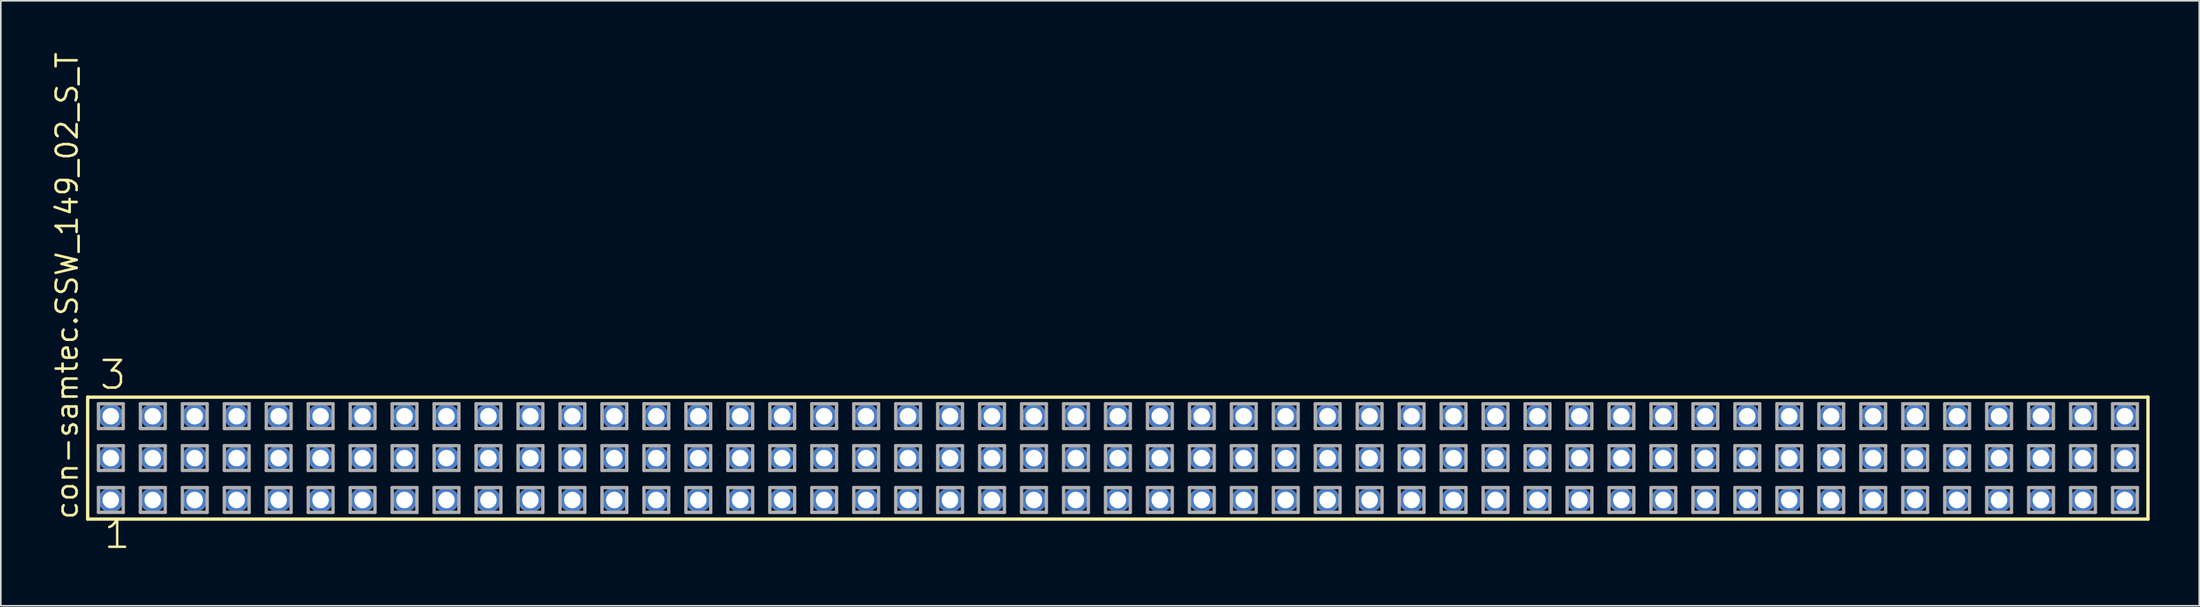
<source format=kicad_pcb>
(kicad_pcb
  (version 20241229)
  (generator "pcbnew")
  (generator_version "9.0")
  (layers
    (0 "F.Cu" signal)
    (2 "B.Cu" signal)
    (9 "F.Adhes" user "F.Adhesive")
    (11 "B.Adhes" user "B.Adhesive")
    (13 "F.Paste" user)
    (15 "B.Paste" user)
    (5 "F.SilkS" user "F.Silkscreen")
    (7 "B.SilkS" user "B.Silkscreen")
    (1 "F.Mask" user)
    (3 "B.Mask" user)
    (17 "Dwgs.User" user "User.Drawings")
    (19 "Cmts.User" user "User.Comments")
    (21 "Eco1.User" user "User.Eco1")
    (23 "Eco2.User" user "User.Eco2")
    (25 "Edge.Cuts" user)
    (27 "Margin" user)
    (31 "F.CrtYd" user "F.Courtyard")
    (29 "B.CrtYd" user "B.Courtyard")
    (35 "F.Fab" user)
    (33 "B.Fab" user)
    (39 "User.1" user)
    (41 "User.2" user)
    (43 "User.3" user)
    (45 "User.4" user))
  (footprint "con-samtec.SSW_149_02_S_T"
    (layer "F.Cu")
    (at 64.615 24.719)
    (property "Reference" "con-samtec.SSW_149_02_S_T" (at -62.865 3.81 90) (layer "F.SilkS") (effects (font (size 1.27 1.27) (thickness 0.16)) (justify left bottom)))
    (attr through_hole)
    (fp_line (start -62.359 -3.695) (end 62.359 -3.695) (stroke (width 0.203) (type default)) (layer "F.SilkS"))
    (fp_line (start -62.359 3.695) (end -62.359 -3.695) (stroke (width 0.203) (type default)) (layer "F.SilkS"))
    (fp_line (start 62.359 -3.695) (end 62.359 3.695) (stroke (width 0.203) (type default)) (layer "F.SilkS"))
    (fp_line (start 62.359 3.695) (end -62.359 3.695) (stroke (width 0.203) (type default)) (layer "F.SilkS"))
    (fp_line (start -61.705 -3.295) (end -60.205 -3.295) (stroke (width 0.203) (type default)) (layer "F.Fab"))
    (fp_line (start -61.705 -1.795) (end -61.705 -3.295) (stroke (width 0.203) (type default)) (layer "F.Fab"))
    (fp_line (start -61.705 -0.755) (end -60.205 -0.755) (stroke (width 0.203) (type default)) (layer "F.Fab"))
    (fp_line (start -61.705 0.745) (end -61.705 -0.755) (stroke (width 0.203) (type default)) (layer "F.Fab"))
    (fp_line (start -61.705 1.785) (end -60.205 1.785) (stroke (width 0.203) (type default)) (layer "F.Fab"))
    (fp_line (start -61.705 3.285) (end -61.705 1.785) (stroke (width 0.203) (type default)) (layer "F.Fab"))
    (fp_line (start -60.205 -3.295) (end -60.205 -1.795) (stroke (width 0.203) (type default)) (layer "F.Fab"))
    (fp_line (start -60.205 -1.795) (end -61.705 -1.795) (stroke (width 0.203) (type default)) (layer "F.Fab"))
    (fp_line (start -60.205 -0.755) (end -60.205 0.745) (stroke (width 0.203) (type default)) (layer "F.Fab"))
    (fp_line (start -60.205 0.745) (end -61.705 0.745) (stroke (width 0.203) (type default)) (layer "F.Fab"))
    (fp_line (start -60.205 1.785) (end -60.205 3.285) (stroke (width 0.203) (type default)) (layer "F.Fab"))
    (fp_line (start -60.205 3.285) (end -61.705 3.285) (stroke (width 0.203) (type default)) (layer "F.Fab"))
    (fp_line (start -59.165 -3.295) (end -57.665 -3.295) (stroke (width 0.203) (type default)) (layer "F.Fab"))
    (fp_line (start -59.165 -1.795) (end -59.165 -3.295) (stroke (width 0.203) (type default)) (layer "F.Fab"))
    (fp_line (start -59.165 -0.755) (end -57.665 -0.755) (stroke (width 0.203) (type default)) (layer "F.Fab"))
    (fp_line (start -59.165 0.745) (end -59.165 -0.755) (stroke (width 0.203) (type default)) (layer "F.Fab"))
    (fp_line (start -59.165 1.785) (end -57.665 1.785) (stroke (width 0.203) (type default)) (layer "F.Fab"))
    (fp_line (start -59.165 3.285) (end -59.165 1.785) (stroke (width 0.203) (type default)) (layer "F.Fab"))
    (fp_line (start -57.665 -3.295) (end -57.665 -1.795) (stroke (width 0.203) (type default)) (layer "F.Fab"))
    (fp_line (start -57.665 -1.795) (end -59.165 -1.795) (stroke (width 0.203) (type default)) (layer "F.Fab"))
    (fp_line (start -57.665 -0.755) (end -57.665 0.745) (stroke (width 0.203) (type default)) (layer "F.Fab"))
    (fp_line (start -57.665 0.745) (end -59.165 0.745) (stroke (width 0.203) (type default)) (layer "F.Fab"))
    (fp_line (start -57.665 1.785) (end -57.665 3.285) (stroke (width 0.203) (type default)) (layer "F.Fab"))
    (fp_line (start -57.665 3.285) (end -59.165 3.285) (stroke (width 0.203) (type default)) (layer "F.Fab"))
    (fp_line (start -56.625 -3.295) (end -55.125 -3.295) (stroke (width 0.203) (type default)) (layer "F.Fab"))
    (fp_line (start -56.625 -1.795) (end -56.625 -3.295) (stroke (width 0.203) (type default)) (layer "F.Fab"))
    (fp_line (start -56.625 -0.755) (end -55.125 -0.755) (stroke (width 0.203) (type default)) (layer "F.Fab"))
    (fp_line (start -56.625 0.745) (end -56.625 -0.755) (stroke (width 0.203) (type default)) (layer "F.Fab"))
    (fp_line (start -56.625 1.785) (end -55.125 1.785) (stroke (width 0.203) (type default)) (layer "F.Fab"))
    (fp_line (start -56.625 3.285) (end -56.625 1.785) (stroke (width 0.203) (type default)) (layer "F.Fab"))
    (fp_line (start -55.125 -3.295) (end -55.125 -1.795) (stroke (width 0.203) (type default)) (layer "F.Fab"))
    (fp_line (start -55.125 -1.795) (end -56.625 -1.795) (stroke (width 0.203) (type default)) (layer "F.Fab"))
    (fp_line (start -55.125 -0.755) (end -55.125 0.745) (stroke (width 0.203) (type default)) (layer "F.Fab"))
    (fp_line (start -55.125 0.745) (end -56.625 0.745) (stroke (width 0.203) (type default)) (layer "F.Fab"))
    (fp_line (start -55.125 1.785) (end -55.125 3.285) (stroke (width 0.203) (type default)) (layer "F.Fab"))
    (fp_line (start -55.125 3.285) (end -56.625 3.285) (stroke (width 0.203) (type default)) (layer "F.Fab"))
    (fp_line (start -54.085 -3.295) (end -52.585 -3.295) (stroke (width 0.203) (type default)) (layer "F.Fab"))
    (fp_line (start -54.085 -1.795) (end -54.085 -3.295) (stroke (width 0.203) (type default)) (layer "F.Fab"))
    (fp_line (start -54.085 -0.755) (end -52.585 -0.755) (stroke (width 0.203) (type default)) (layer "F.Fab"))
    (fp_line (start -54.085 0.745) (end -54.085 -0.755) (stroke (width 0.203) (type default)) (layer "F.Fab"))
    (fp_line (start -54.085 1.785) (end -52.585 1.785) (stroke (width 0.203) (type default)) (layer "F.Fab"))
    (fp_line (start -54.085 3.285) (end -54.085 1.785) (stroke (width 0.203) (type default)) (layer "F.Fab"))
    (fp_line (start -52.585 -3.295) (end -52.585 -1.795) (stroke (width 0.203) (type default)) (layer "F.Fab"))
    (fp_line (start -52.585 -1.795) (end -54.085 -1.795) (stroke (width 0.203) (type default)) (layer "F.Fab"))
    (fp_line (start -52.585 -0.755) (end -52.585 0.745) (stroke (width 0.203) (type default)) (layer "F.Fab"))
    (fp_line (start -52.585 0.745) (end -54.085 0.745) (stroke (width 0.203) (type default)) (layer "F.Fab"))
    (fp_line (start -52.585 1.785) (end -52.585 3.285) (stroke (width 0.203) (type default)) (layer "F.Fab"))
    (fp_line (start -52.585 3.285) (end -54.085 3.285) (stroke (width 0.203) (type default)) (layer "F.Fab"))
    (fp_line (start -51.545 -3.295) (end -50.045 -3.295) (stroke (width 0.203) (type default)) (layer "F.Fab"))
    (fp_line (start -51.545 -1.795) (end -51.545 -3.295) (stroke (width 0.203) (type default)) (layer "F.Fab"))
    (fp_line (start -51.545 -0.755) (end -50.045 -0.755) (stroke (width 0.203) (type default)) (layer "F.Fab"))
    (fp_line (start -51.545 0.745) (end -51.545 -0.755) (stroke (width 0.203) (type default)) (layer "F.Fab"))
    (fp_line (start -51.545 1.785) (end -50.045 1.785) (stroke (width 0.203) (type default)) (layer "F.Fab"))
    (fp_line (start -51.545 3.285) (end -51.545 1.785) (stroke (width 0.203) (type default)) (layer "F.Fab"))
    (fp_line (start -50.045 -3.295) (end -50.045 -1.795) (stroke (width 0.203) (type default)) (layer "F.Fab"))
    (fp_line (start -50.045 -1.795) (end -51.545 -1.795) (stroke (width 0.203) (type default)) (layer "F.Fab"))
    (fp_line (start -50.045 -0.755) (end -50.045 0.745) (stroke (width 0.203) (type default)) (layer "F.Fab"))
    (fp_line (start -50.045 0.745) (end -51.545 0.745) (stroke (width 0.203) (type default)) (layer "F.Fab"))
    (fp_line (start -50.045 1.785) (end -50.045 3.285) (stroke (width 0.203) (type default)) (layer "F.Fab"))
    (fp_line (start -50.045 3.285) (end -51.545 3.285) (stroke (width 0.203) (type default)) (layer "F.Fab"))
    (fp_line (start -49.005 -3.295) (end -47.505 -3.295) (stroke (width 0.203) (type default)) (layer "F.Fab"))
    (fp_line (start -49.005 -1.795) (end -49.005 -3.295) (stroke (width 0.203) (type default)) (layer "F.Fab"))
    (fp_line (start -49.005 -0.755) (end -47.505 -0.755) (stroke (width 0.203) (type default)) (layer "F.Fab"))
    (fp_line (start -49.005 0.745) (end -49.005 -0.755) (stroke (width 0.203) (type default)) (layer "F.Fab"))
    (fp_line (start -49.005 1.785) (end -47.505 1.785) (stroke (width 0.203) (type default)) (layer "F.Fab"))
    (fp_line (start -49.005 3.285) (end -49.005 1.785) (stroke (width 0.203) (type default)) (layer "F.Fab"))
    (fp_line (start -47.505 -3.295) (end -47.505 -1.795) (stroke (width 0.203) (type default)) (layer "F.Fab"))
    (fp_line (start -47.505 -1.795) (end -49.005 -1.795) (stroke (width 0.203) (type default)) (layer "F.Fab"))
    (fp_line (start -47.505 -0.755) (end -47.505 0.745) (stroke (width 0.203) (type default)) (layer "F.Fab"))
    (fp_line (start -47.505 0.745) (end -49.005 0.745) (stroke (width 0.203) (type default)) (layer "F.Fab"))
    (fp_line (start -47.505 1.785) (end -47.505 3.285) (stroke (width 0.203) (type default)) (layer "F.Fab"))
    (fp_line (start -47.505 3.285) (end -49.005 3.285) (stroke (width 0.203) (type default)) (layer "F.Fab"))
    (fp_line (start -46.465 -3.295) (end -44.965 -3.295) (stroke (width 0.203) (type default)) (layer "F.Fab"))
    (fp_line (start -46.465 -1.795) (end -46.465 -3.295) (stroke (width 0.203) (type default)) (layer "F.Fab"))
    (fp_line (start -46.465 -0.755) (end -44.965 -0.755) (stroke (width 0.203) (type default)) (layer "F.Fab"))
    (fp_line (start -46.465 0.745) (end -46.465 -0.755) (stroke (width 0.203) (type default)) (layer "F.Fab"))
    (fp_line (start -46.465 1.785) (end -44.965 1.785) (stroke (width 0.203) (type default)) (layer "F.Fab"))
    (fp_line (start -46.465 3.285) (end -46.465 1.785) (stroke (width 0.203) (type default)) (layer "F.Fab"))
    (fp_line (start -44.965 -3.295) (end -44.965 -1.795) (stroke (width 0.203) (type default)) (layer "F.Fab"))
    (fp_line (start -44.965 -1.795) (end -46.465 -1.795) (stroke (width 0.203) (type default)) (layer "F.Fab"))
    (fp_line (start -44.965 -0.755) (end -44.965 0.745) (stroke (width 0.203) (type default)) (layer "F.Fab"))
    (fp_line (start -44.965 0.745) (end -46.465 0.745) (stroke (width 0.203) (type default)) (layer "F.Fab"))
    (fp_line (start -44.965 1.785) (end -44.965 3.285) (stroke (width 0.203) (type default)) (layer "F.Fab"))
    (fp_line (start -44.965 3.285) (end -46.465 3.285) (stroke (width 0.203) (type default)) (layer "F.Fab"))
    (fp_line (start -43.925 -3.295) (end -42.425 -3.295) (stroke (width 0.203) (type default)) (layer "F.Fab"))
    (fp_line (start -43.925 -1.795) (end -43.925 -3.295) (stroke (width 0.203) (type default)) (layer "F.Fab"))
    (fp_line (start -43.925 -0.755) (end -42.425 -0.755) (stroke (width 0.203) (type default)) (layer "F.Fab"))
    (fp_line (start -43.925 0.745) (end -43.925 -0.755) (stroke (width 0.203) (type default)) (layer "F.Fab"))
    (fp_line (start -43.925 1.785) (end -42.425 1.785) (stroke (width 0.203) (type default)) (layer "F.Fab"))
    (fp_line (start -43.925 3.285) (end -43.925 1.785) (stroke (width 0.203) (type default)) (layer "F.Fab"))
    (fp_line (start -42.425 -3.295) (end -42.425 -1.795) (stroke (width 0.203) (type default)) (layer "F.Fab"))
    (fp_line (start -42.425 -1.795) (end -43.925 -1.795) (stroke (width 0.203) (type default)) (layer "F.Fab"))
    (fp_line (start -42.425 -0.755) (end -42.425 0.745) (stroke (width 0.203) (type default)) (layer "F.Fab"))
    (fp_line (start -42.425 0.745) (end -43.925 0.745) (stroke (width 0.203) (type default)) (layer "F.Fab"))
    (fp_line (start -42.425 1.785) (end -42.425 3.285) (stroke (width 0.203) (type default)) (layer "F.Fab"))
    (fp_line (start -42.425 3.285) (end -43.925 3.285) (stroke (width 0.203) (type default)) (layer "F.Fab"))
    (fp_line (start -41.385 -3.295) (end -39.885 -3.295) (stroke (width 0.203) (type default)) (layer "F.Fab"))
    (fp_line (start -41.385 -1.795) (end -41.385 -3.295) (stroke (width 0.203) (type default)) (layer "F.Fab"))
    (fp_line (start -41.385 -0.755) (end -39.885 -0.755) (stroke (width 0.203) (type default)) (layer "F.Fab"))
    (fp_line (start -41.385 0.745) (end -41.385 -0.755) (stroke (width 0.203) (type default)) (layer "F.Fab"))
    (fp_line (start -41.385 1.785) (end -39.885 1.785) (stroke (width 0.203) (type default)) (layer "F.Fab"))
    (fp_line (start -41.385 3.285) (end -41.385 1.785) (stroke (width 0.203) (type default)) (layer "F.Fab"))
    (fp_line (start -39.885 -3.295) (end -39.885 -1.795) (stroke (width 0.203) (type default)) (layer "F.Fab"))
    (fp_line (start -39.885 -1.795) (end -41.385 -1.795) (stroke (width 0.203) (type default)) (layer "F.Fab"))
    (fp_line (start -39.885 -0.755) (end -39.885 0.745) (stroke (width 0.203) (type default)) (layer "F.Fab"))
    (fp_line (start -39.885 0.745) (end -41.385 0.745) (stroke (width 0.203) (type default)) (layer "F.Fab"))
    (fp_line (start -39.885 1.785) (end -39.885 3.285) (stroke (width 0.203) (type default)) (layer "F.Fab"))
    (fp_line (start -39.885 3.285) (end -41.385 3.285) (stroke (width 0.203) (type default)) (layer "F.Fab"))
    (fp_line (start -38.845 -3.295) (end -37.345 -3.295) (stroke (width 0.203) (type default)) (layer "F.Fab"))
    (fp_line (start -38.845 -1.795) (end -38.845 -3.295) (stroke (width 0.203) (type default)) (layer "F.Fab"))
    (fp_line (start -38.845 -0.755) (end -37.345 -0.755) (stroke (width 0.203) (type default)) (layer "F.Fab"))
    (fp_line (start -38.845 0.745) (end -38.845 -0.755) (stroke (width 0.203) (type default)) (layer "F.Fab"))
    (fp_line (start -38.845 1.785) (end -37.345 1.785) (stroke (width 0.203) (type default)) (layer "F.Fab"))
    (fp_line (start -38.845 3.285) (end -38.845 1.785) (stroke (width 0.203) (type default)) (layer "F.Fab"))
    (fp_line (start -37.345 -3.295) (end -37.345 -1.795) (stroke (width 0.203) (type default)) (layer "F.Fab"))
    (fp_line (start -37.345 -1.795) (end -38.845 -1.795) (stroke (width 0.203) (type default)) (layer "F.Fab"))
    (fp_line (start -37.345 -0.755) (end -37.345 0.745) (stroke (width 0.203) (type default)) (layer "F.Fab"))
    (fp_line (start -37.345 0.745) (end -38.845 0.745) (stroke (width 0.203) (type default)) (layer "F.Fab"))
    (fp_line (start -37.345 1.785) (end -37.345 3.285) (stroke (width 0.203) (type default)) (layer "F.Fab"))
    (fp_line (start -37.345 3.285) (end -38.845 3.285) (stroke (width 0.203) (type default)) (layer "F.Fab"))
    (fp_line (start -36.305 -3.295) (end -34.805 -3.295) (stroke (width 0.203) (type default)) (layer "F.Fab"))
    (fp_line (start -36.305 -1.795) (end -36.305 -3.295) (stroke (width 0.203) (type default)) (layer "F.Fab"))
    (fp_line (start -36.305 -0.755) (end -34.805 -0.755) (stroke (width 0.203) (type default)) (layer "F.Fab"))
    (fp_line (start -36.305 0.745) (end -36.305 -0.755) (stroke (width 0.203) (type default)) (layer "F.Fab"))
    (fp_line (start -36.305 1.785) (end -34.805 1.785) (stroke (width 0.203) (type default)) (layer "F.Fab"))
    (fp_line (start -36.305 3.285) (end -36.305 1.785) (stroke (width 0.203) (type default)) (layer "F.Fab"))
    (fp_line (start -34.805 -3.295) (end -34.805 -1.795) (stroke (width 0.203) (type default)) (layer "F.Fab"))
    (fp_line (start -34.805 -1.795) (end -36.305 -1.795) (stroke (width 0.203) (type default)) (layer "F.Fab"))
    (fp_line (start -34.805 -0.755) (end -34.805 0.745) (stroke (width 0.203) (type default)) (layer "F.Fab"))
    (fp_line (start -34.805 0.745) (end -36.305 0.745) (stroke (width 0.203) (type default)) (layer "F.Fab"))
    (fp_line (start -34.805 1.785) (end -34.805 3.285) (stroke (width 0.203) (type default)) (layer "F.Fab"))
    (fp_line (start -34.805 3.285) (end -36.305 3.285) (stroke (width 0.203) (type default)) (layer "F.Fab"))
    (fp_line (start -33.765 -3.295) (end -32.265 -3.295) (stroke (width 0.203) (type default)) (layer "F.Fab"))
    (fp_line (start -33.765 -1.795) (end -33.765 -3.295) (stroke (width 0.203) (type default)) (layer "F.Fab"))
    (fp_line (start -33.765 -0.755) (end -32.265 -0.755) (stroke (width 0.203) (type default)) (layer "F.Fab"))
    (fp_line (start -33.765 0.745) (end -33.765 -0.755) (stroke (width 0.203) (type default)) (layer "F.Fab"))
    (fp_line (start -33.765 1.785) (end -32.265 1.785) (stroke (width 0.203) (type default)) (layer "F.Fab"))
    (fp_line (start -33.765 3.285) (end -33.765 1.785) (stroke (width 0.203) (type default)) (layer "F.Fab"))
    (fp_line (start -32.265 -3.295) (end -32.265 -1.795) (stroke (width 0.203) (type default)) (layer "F.Fab"))
    (fp_line (start -32.265 -1.795) (end -33.765 -1.795) (stroke (width 0.203) (type default)) (layer "F.Fab"))
    (fp_line (start -32.265 -0.755) (end -32.265 0.745) (stroke (width 0.203) (type default)) (layer "F.Fab"))
    (fp_line (start -32.265 0.745) (end -33.765 0.745) (stroke (width 0.203) (type default)) (layer "F.Fab"))
    (fp_line (start -32.265 1.785) (end -32.265 3.285) (stroke (width 0.203) (type default)) (layer "F.Fab"))
    (fp_line (start -32.265 3.285) (end -33.765 3.285) (stroke (width 0.203) (type default)) (layer "F.Fab"))
    (fp_line (start -31.225 -3.295) (end -29.725 -3.295) (stroke (width 0.203) (type default)) (layer "F.Fab"))
    (fp_line (start -31.225 -1.795) (end -31.225 -3.295) (stroke (width 0.203) (type default)) (layer "F.Fab"))
    (fp_line (start -31.225 -0.755) (end -29.725 -0.755) (stroke (width 0.203) (type default)) (layer "F.Fab"))
    (fp_line (start -31.225 0.745) (end -31.225 -0.755) (stroke (width 0.203) (type default)) (layer "F.Fab"))
    (fp_line (start -31.225 1.785) (end -29.725 1.785) (stroke (width 0.203) (type default)) (layer "F.Fab"))
    (fp_line (start -31.225 3.285) (end -31.225 1.785) (stroke (width 0.203) (type default)) (layer "F.Fab"))
    (fp_line (start -29.725 -3.295) (end -29.725 -1.795) (stroke (width 0.203) (type default)) (layer "F.Fab"))
    (fp_line (start -29.725 -1.795) (end -31.225 -1.795) (stroke (width 0.203) (type default)) (layer "F.Fab"))
    (fp_line (start -29.725 -0.755) (end -29.725 0.745) (stroke (width 0.203) (type default)) (layer "F.Fab"))
    (fp_line (start -29.725 0.745) (end -31.225 0.745) (stroke (width 0.203) (type default)) (layer "F.Fab"))
    (fp_line (start -29.725 1.785) (end -29.725 3.285) (stroke (width 0.203) (type default)) (layer "F.Fab"))
    (fp_line (start -29.725 3.285) (end -31.225 3.285) (stroke (width 0.203) (type default)) (layer "F.Fab"))
    (fp_line (start -28.685 -3.295) (end -27.185 -3.295) (stroke (width 0.203) (type default)) (layer "F.Fab"))
    (fp_line (start -28.685 -1.795) (end -28.685 -3.295) (stroke (width 0.203) (type default)) (layer "F.Fab"))
    (fp_line (start -28.685 -0.755) (end -27.185 -0.755) (stroke (width 0.203) (type default)) (layer "F.Fab"))
    (fp_line (start -28.685 0.745) (end -28.685 -0.755) (stroke (width 0.203) (type default)) (layer "F.Fab"))
    (fp_line (start -28.685 1.785) (end -27.185 1.785) (stroke (width 0.203) (type default)) (layer "F.Fab"))
    (fp_line (start -28.685 3.285) (end -28.685 1.785) (stroke (width 0.203) (type default)) (layer "F.Fab"))
    (fp_line (start -27.185 -3.295) (end -27.185 -1.795) (stroke (width 0.203) (type default)) (layer "F.Fab"))
    (fp_line (start -27.185 -1.795) (end -28.685 -1.795) (stroke (width 0.203) (type default)) (layer "F.Fab"))
    (fp_line (start -27.185 -0.755) (end -27.185 0.745) (stroke (width 0.203) (type default)) (layer "F.Fab"))
    (fp_line (start -27.185 0.745) (end -28.685 0.745) (stroke (width 0.203) (type default)) (layer "F.Fab"))
    (fp_line (start -27.185 1.785) (end -27.185 3.285) (stroke (width 0.203) (type default)) (layer "F.Fab"))
    (fp_line (start -27.185 3.285) (end -28.685 3.285) (stroke (width 0.203) (type default)) (layer "F.Fab"))
    (fp_line (start -26.145 -3.295) (end -24.645 -3.295) (stroke (width 0.203) (type default)) (layer "F.Fab"))
    (fp_line (start -26.145 -1.795) (end -26.145 -3.295) (stroke (width 0.203) (type default)) (layer "F.Fab"))
    (fp_line (start -26.145 -0.755) (end -24.645 -0.755) (stroke (width 0.203) (type default)) (layer "F.Fab"))
    (fp_line (start -26.145 0.745) (end -26.145 -0.755) (stroke (width 0.203) (type default)) (layer "F.Fab"))
    (fp_line (start -26.145 1.785) (end -24.645 1.785) (stroke (width 0.203) (type default)) (layer "F.Fab"))
    (fp_line (start -26.145 3.285) (end -26.145 1.785) (stroke (width 0.203) (type default)) (layer "F.Fab"))
    (fp_line (start -24.645 -3.295) (end -24.645 -1.795) (stroke (width 0.203) (type default)) (layer "F.Fab"))
    (fp_line (start -24.645 -1.795) (end -26.145 -1.795) (stroke (width 0.203) (type default)) (layer "F.Fab"))
    (fp_line (start -24.645 -0.755) (end -24.645 0.745) (stroke (width 0.203) (type default)) (layer "F.Fab"))
    (fp_line (start -24.645 0.745) (end -26.145 0.745) (stroke (width 0.203) (type default)) (layer "F.Fab"))
    (fp_line (start -24.645 1.785) (end -24.645 3.285) (stroke (width 0.203) (type default)) (layer "F.Fab"))
    (fp_line (start -24.645 3.285) (end -26.145 3.285) (stroke (width 0.203) (type default)) (layer "F.Fab"))
    (fp_line (start -23.605 -3.295) (end -22.105 -3.295) (stroke (width 0.203) (type default)) (layer "F.Fab"))
    (fp_line (start -23.605 -1.795) (end -23.605 -3.295) (stroke (width 0.203) (type default)) (layer "F.Fab"))
    (fp_line (start -23.605 -0.755) (end -22.105 -0.755) (stroke (width 0.203) (type default)) (layer "F.Fab"))
    (fp_line (start -23.605 0.745) (end -23.605 -0.755) (stroke (width 0.203) (type default)) (layer "F.Fab"))
    (fp_line (start -23.605 1.785) (end -22.105 1.785) (stroke (width 0.203) (type default)) (layer "F.Fab"))
    (fp_line (start -23.605 3.285) (end -23.605 1.785) (stroke (width 0.203) (type default)) (layer "F.Fab"))
    (fp_line (start -22.105 -3.295) (end -22.105 -1.795) (stroke (width 0.203) (type default)) (layer "F.Fab"))
    (fp_line (start -22.105 -1.795) (end -23.605 -1.795) (stroke (width 0.203) (type default)) (layer "F.Fab"))
    (fp_line (start -22.105 -0.755) (end -22.105 0.745) (stroke (width 0.203) (type default)) (layer "F.Fab"))
    (fp_line (start -22.105 0.745) (end -23.605 0.745) (stroke (width 0.203) (type default)) (layer "F.Fab"))
    (fp_line (start -22.105 1.785) (end -22.105 3.285) (stroke (width 0.203) (type default)) (layer "F.Fab"))
    (fp_line (start -22.105 3.285) (end -23.605 3.285) (stroke (width 0.203) (type default)) (layer "F.Fab"))
    (fp_line (start -21.065 -3.295) (end -19.565 -3.295) (stroke (width 0.203) (type default)) (layer "F.Fab"))
    (fp_line (start -21.065 -1.795) (end -21.065 -3.295) (stroke (width 0.203) (type default)) (layer "F.Fab"))
    (fp_line (start -21.065 -0.755) (end -19.565 -0.755) (stroke (width 0.203) (type default)) (layer "F.Fab"))
    (fp_line (start -21.065 0.745) (end -21.065 -0.755) (stroke (width 0.203) (type default)) (layer "F.Fab"))
    (fp_line (start -21.065 1.785) (end -19.565 1.785) (stroke (width 0.203) (type default)) (layer "F.Fab"))
    (fp_line (start -21.065 3.285) (end -21.065 1.785) (stroke (width 0.203) (type default)) (layer "F.Fab"))
    (fp_line (start -19.565 -3.295) (end -19.565 -1.795) (stroke (width 0.203) (type default)) (layer "F.Fab"))
    (fp_line (start -19.565 -1.795) (end -21.065 -1.795) (stroke (width 0.203) (type default)) (layer "F.Fab"))
    (fp_line (start -19.565 -0.755) (end -19.565 0.745) (stroke (width 0.203) (type default)) (layer "F.Fab"))
    (fp_line (start -19.565 0.745) (end -21.065 0.745) (stroke (width 0.203) (type default)) (layer "F.Fab"))
    (fp_line (start -19.565 1.785) (end -19.565 3.285) (stroke (width 0.203) (type default)) (layer "F.Fab"))
    (fp_line (start -19.565 3.285) (end -21.065 3.285) (stroke (width 0.203) (type default)) (layer "F.Fab"))
    (fp_line (start -18.525 -3.295) (end -17.025 -3.295) (stroke (width 0.203) (type default)) (layer "F.Fab"))
    (fp_line (start -18.525 -1.795) (end -18.525 -3.295) (stroke (width 0.203) (type default)) (layer "F.Fab"))
    (fp_line (start -18.525 -0.755) (end -17.025 -0.755) (stroke (width 0.203) (type default)) (layer "F.Fab"))
    (fp_line (start -18.525 0.745) (end -18.525 -0.755) (stroke (width 0.203) (type default)) (layer "F.Fab"))
    (fp_line (start -18.525 1.785) (end -17.025 1.785) (stroke (width 0.203) (type default)) (layer "F.Fab"))
    (fp_line (start -18.525 3.285) (end -18.525 1.785) (stroke (width 0.203) (type default)) (layer "F.Fab"))
    (fp_line (start -17.025 -3.295) (end -17.025 -1.795) (stroke (width 0.203) (type default)) (layer "F.Fab"))
    (fp_line (start -17.025 -1.795) (end -18.525 -1.795) (stroke (width 0.203) (type default)) (layer "F.Fab"))
    (fp_line (start -17.025 -0.755) (end -17.025 0.745) (stroke (width 0.203) (type default)) (layer "F.Fab"))
    (fp_line (start -17.025 0.745) (end -18.525 0.745) (stroke (width 0.203) (type default)) (layer "F.Fab"))
    (fp_line (start -17.025 1.785) (end -17.025 3.285) (stroke (width 0.203) (type default)) (layer "F.Fab"))
    (fp_line (start -17.025 3.285) (end -18.525 3.285) (stroke (width 0.203) (type default)) (layer "F.Fab"))
    (fp_line (start -15.985 -3.295) (end -14.485 -3.295) (stroke (width 0.203) (type default)) (layer "F.Fab"))
    (fp_line (start -15.985 -1.795) (end -15.985 -3.295) (stroke (width 0.203) (type default)) (layer "F.Fab"))
    (fp_line (start -15.985 -0.755) (end -14.485 -0.755) (stroke (width 0.203) (type default)) (layer "F.Fab"))
    (fp_line (start -15.985 0.745) (end -15.985 -0.755) (stroke (width 0.203) (type default)) (layer "F.Fab"))
    (fp_line (start -15.985 1.785) (end -14.485 1.785) (stroke (width 0.203) (type default)) (layer "F.Fab"))
    (fp_line (start -15.985 3.285) (end -15.985 1.785) (stroke (width 0.203) (type default)) (layer "F.Fab"))
    (fp_line (start -14.485 -3.295) (end -14.485 -1.795) (stroke (width 0.203) (type default)) (layer "F.Fab"))
    (fp_line (start -14.485 -1.795) (end -15.985 -1.795) (stroke (width 0.203) (type default)) (layer "F.Fab"))
    (fp_line (start -14.485 -0.755) (end -14.485 0.745) (stroke (width 0.203) (type default)) (layer "F.Fab"))
    (fp_line (start -14.485 0.745) (end -15.985 0.745) (stroke (width 0.203) (type default)) (layer "F.Fab"))
    (fp_line (start -14.485 1.785) (end -14.485 3.285) (stroke (width 0.203) (type default)) (layer "F.Fab"))
    (fp_line (start -14.485 3.285) (end -15.985 3.285) (stroke (width 0.203) (type default)) (layer "F.Fab"))
    (fp_line (start -13.445 -3.295) (end -11.945 -3.295) (stroke (width 0.203) (type default)) (layer "F.Fab"))
    (fp_line (start -13.445 -1.795) (end -13.445 -3.295) (stroke (width 0.203) (type default)) (layer "F.Fab"))
    (fp_line (start -13.445 -0.755) (end -11.945 -0.755) (stroke (width 0.203) (type default)) (layer "F.Fab"))
    (fp_line (start -13.445 0.745) (end -13.445 -0.755) (stroke (width 0.203) (type default)) (layer "F.Fab"))
    (fp_line (start -13.445 1.785) (end -11.945 1.785) (stroke (width 0.203) (type default)) (layer "F.Fab"))
    (fp_line (start -13.445 3.285) (end -13.445 1.785) (stroke (width 0.203) (type default)) (layer "F.Fab"))
    (fp_line (start -11.945 -3.295) (end -11.945 -1.795) (stroke (width 0.203) (type default)) (layer "F.Fab"))
    (fp_line (start -11.945 -1.795) (end -13.445 -1.795) (stroke (width 0.203) (type default)) (layer "F.Fab"))
    (fp_line (start -11.945 -0.755) (end -11.945 0.745) (stroke (width 0.203) (type default)) (layer "F.Fab"))
    (fp_line (start -11.945 0.745) (end -13.445 0.745) (stroke (width 0.203) (type default)) (layer "F.Fab"))
    (fp_line (start -11.945 1.785) (end -11.945 3.285) (stroke (width 0.203) (type default)) (layer "F.Fab"))
    (fp_line (start -11.945 3.285) (end -13.445 3.285) (stroke (width 0.203) (type default)) (layer "F.Fab"))
    (fp_line (start -10.905 -3.295) (end -9.405 -3.295) (stroke (width 0.203) (type default)) (layer "F.Fab"))
    (fp_line (start -10.905 -1.795) (end -10.905 -3.295) (stroke (width 0.203) (type default)) (layer "F.Fab"))
    (fp_line (start -10.905 -0.755) (end -9.405 -0.755) (stroke (width 0.203) (type default)) (layer "F.Fab"))
    (fp_line (start -10.905 0.745) (end -10.905 -0.755) (stroke (width 0.203) (type default)) (layer "F.Fab"))
    (fp_line (start -10.905 1.785) (end -9.405 1.785) (stroke (width 0.203) (type default)) (layer "F.Fab"))
    (fp_line (start -10.905 3.285) (end -10.905 1.785) (stroke (width 0.203) (type default)) (layer "F.Fab"))
    (fp_line (start -9.405 -3.295) (end -9.405 -1.795) (stroke (width 0.203) (type default)) (layer "F.Fab"))
    (fp_line (start -9.405 -1.795) (end -10.905 -1.795) (stroke (width 0.203) (type default)) (layer "F.Fab"))
    (fp_line (start -9.405 -0.755) (end -9.405 0.745) (stroke (width 0.203) (type default)) (layer "F.Fab"))
    (fp_line (start -9.405 0.745) (end -10.905 0.745) (stroke (width 0.203) (type default)) (layer "F.Fab"))
    (fp_line (start -9.405 1.785) (end -9.405 3.285) (stroke (width 0.203) (type default)) (layer "F.Fab"))
    (fp_line (start -9.405 3.285) (end -10.905 3.285) (stroke (width 0.203) (type default)) (layer "F.Fab"))
    (fp_line (start -8.365 -3.295) (end -6.865 -3.295) (stroke (width 0.203) (type default)) (layer "F.Fab"))
    (fp_line (start -8.365 -1.795) (end -8.365 -3.295) (stroke (width 0.203) (type default)) (layer "F.Fab"))
    (fp_line (start -8.365 -0.755) (end -6.865 -0.755) (stroke (width 0.203) (type default)) (layer "F.Fab"))
    (fp_line (start -8.365 0.745) (end -8.365 -0.755) (stroke (width 0.203) (type default)) (layer "F.Fab"))
    (fp_line (start -8.365 1.785) (end -6.865 1.785) (stroke (width 0.203) (type default)) (layer "F.Fab"))
    (fp_line (start -8.365 3.285) (end -8.365 1.785) (stroke (width 0.203) (type default)) (layer "F.Fab"))
    (fp_line (start -6.865 -3.295) (end -6.865 -1.795) (stroke (width 0.203) (type default)) (layer "F.Fab"))
    (fp_line (start -6.865 -1.795) (end -8.365 -1.795) (stroke (width 0.203) (type default)) (layer "F.Fab"))
    (fp_line (start -6.865 -0.755) (end -6.865 0.745) (stroke (width 0.203) (type default)) (layer "F.Fab"))
    (fp_line (start -6.865 0.745) (end -8.365 0.745) (stroke (width 0.203) (type default)) (layer "F.Fab"))
    (fp_line (start -6.865 1.785) (end -6.865 3.285) (stroke (width 0.203) (type default)) (layer "F.Fab"))
    (fp_line (start -6.865 3.285) (end -8.365 3.285) (stroke (width 0.203) (type default)) (layer "F.Fab"))
    (fp_line (start -5.825 -3.295) (end -4.325 -3.295) (stroke (width 0.203) (type default)) (layer "F.Fab"))
    (fp_line (start -5.825 -1.795) (end -5.825 -3.295) (stroke (width 0.203) (type default)) (layer "F.Fab"))
    (fp_line (start -5.825 -0.755) (end -4.325 -0.755) (stroke (width 0.203) (type default)) (layer "F.Fab"))
    (fp_line (start -5.825 0.745) (end -5.825 -0.755) (stroke (width 0.203) (type default)) (layer "F.Fab"))
    (fp_line (start -5.825 1.785) (end -4.325 1.785) (stroke (width 0.203) (type default)) (layer "F.Fab"))
    (fp_line (start -5.825 3.285) (end -5.825 1.785) (stroke (width 0.203) (type default)) (layer "F.Fab"))
    (fp_line (start -4.325 -3.295) (end -4.325 -1.795) (stroke (width 0.203) (type default)) (layer "F.Fab"))
    (fp_line (start -4.325 -1.795) (end -5.825 -1.795) (stroke (width 0.203) (type default)) (layer "F.Fab"))
    (fp_line (start -4.325 -0.755) (end -4.325 0.745) (stroke (width 0.203) (type default)) (layer "F.Fab"))
    (fp_line (start -4.325 0.745) (end -5.825 0.745) (stroke (width 0.203) (type default)) (layer "F.Fab"))
    (fp_line (start -4.325 1.785) (end -4.325 3.285) (stroke (width 0.203) (type default)) (layer "F.Fab"))
    (fp_line (start -4.325 3.285) (end -5.825 3.285) (stroke (width 0.203) (type default)) (layer "F.Fab"))
    (fp_line (start -3.285 -3.295) (end -1.785 -3.295) (stroke (width 0.203) (type default)) (layer "F.Fab"))
    (fp_line (start -3.285 -1.795) (end -3.285 -3.295) (stroke (width 0.203) (type default)) (layer "F.Fab"))
    (fp_line (start -3.285 -0.755) (end -1.785 -0.755) (stroke (width 0.203) (type default)) (layer "F.Fab"))
    (fp_line (start -3.285 0.745) (end -3.285 -0.755) (stroke (width 0.203) (type default)) (layer "F.Fab"))
    (fp_line (start -3.285 1.785) (end -1.785 1.785) (stroke (width 0.203) (type default)) (layer "F.Fab"))
    (fp_line (start -3.285 3.285) (end -3.285 1.785) (stroke (width 0.203) (type default)) (layer "F.Fab"))
    (fp_line (start -1.785 -3.295) (end -1.785 -1.795) (stroke (width 0.203) (type default)) (layer "F.Fab"))
    (fp_line (start -1.785 -1.795) (end -3.285 -1.795) (stroke (width 0.203) (type default)) (layer "F.Fab"))
    (fp_line (start -1.785 -0.755) (end -1.785 0.745) (stroke (width 0.203) (type default)) (layer "F.Fab"))
    (fp_line (start -1.785 0.745) (end -3.285 0.745) (stroke (width 0.203) (type default)) (layer "F.Fab"))
    (fp_line (start -1.785 1.785) (end -1.785 3.285) (stroke (width 0.203) (type default)) (layer "F.Fab"))
    (fp_line (start -1.785 3.285) (end -3.285 3.285) (stroke (width 0.203) (type default)) (layer "F.Fab"))
    (fp_line (start -0.745 -3.295) (end 0.755 -3.295) (stroke (width 0.203) (type default)) (layer "F.Fab"))
    (fp_line (start -0.745 -1.795) (end -0.745 -3.295) (stroke (width 0.203) (type default)) (layer "F.Fab"))
    (fp_line (start -0.745 -0.755) (end 0.755 -0.755) (stroke (width 0.203) (type default)) (layer "F.Fab"))
    (fp_line (start -0.745 0.745) (end -0.745 -0.755) (stroke (width 0.203) (type default)) (layer "F.Fab"))
    (fp_line (start -0.745 1.785) (end 0.755 1.785) (stroke (width 0.203) (type default)) (layer "F.Fab"))
    (fp_line (start -0.745 3.285) (end -0.745 1.785) (stroke (width 0.203) (type default)) (layer "F.Fab"))
    (fp_line (start 0.755 -3.295) (end 0.755 -1.795) (stroke (width 0.203) (type default)) (layer "F.Fab"))
    (fp_line (start 0.755 -1.795) (end -0.745 -1.795) (stroke (width 0.203) (type default)) (layer "F.Fab"))
    (fp_line (start 0.755 -0.755) (end 0.755 0.745) (stroke (width 0.203) (type default)) (layer "F.Fab"))
    (fp_line (start 0.755 0.745) (end -0.745 0.745) (stroke (width 0.203) (type default)) (layer "F.Fab"))
    (fp_line (start 0.755 1.785) (end 0.755 3.285) (stroke (width 0.203) (type default)) (layer "F.Fab"))
    (fp_line (start 0.755 3.285) (end -0.745 3.285) (stroke (width 0.203) (type default)) (layer "F.Fab"))
    (fp_line (start 1.795 -3.295) (end 3.295 -3.295) (stroke (width 0.203) (type default)) (layer "F.Fab"))
    (fp_line (start 1.795 -1.795) (end 1.795 -3.295) (stroke (width 0.203) (type default)) (layer "F.Fab"))
    (fp_line (start 1.795 -0.755) (end 3.295 -0.755) (stroke (width 0.203) (type default)) (layer "F.Fab"))
    (fp_line (start 1.795 0.745) (end 1.795 -0.755) (stroke (width 0.203) (type default)) (layer "F.Fab"))
    (fp_line (start 1.795 1.785) (end 3.295 1.785) (stroke (width 0.203) (type default)) (layer "F.Fab"))
    (fp_line (start 1.795 3.285) (end 1.795 1.785) (stroke (width 0.203) (type default)) (layer "F.Fab"))
    (fp_line (start 3.295 -3.295) (end 3.295 -1.795) (stroke (width 0.203) (type default)) (layer "F.Fab"))
    (fp_line (start 3.295 -1.795) (end 1.795 -1.795) (stroke (width 0.203) (type default)) (layer "F.Fab"))
    (fp_line (start 3.295 -0.755) (end 3.295 0.745) (stroke (width 0.203) (type default)) (layer "F.Fab"))
    (fp_line (start 3.295 0.745) (end 1.795 0.745) (stroke (width 0.203) (type default)) (layer "F.Fab"))
    (fp_line (start 3.295 1.785) (end 3.295 3.285) (stroke (width 0.203) (type default)) (layer "F.Fab"))
    (fp_line (start 3.295 3.285) (end 1.795 3.285) (stroke (width 0.203) (type default)) (layer "F.Fab"))
    (fp_line (start 4.335 -3.295) (end 5.835 -3.295) (stroke (width 0.203) (type default)) (layer "F.Fab"))
    (fp_line (start 4.335 -1.795) (end 4.335 -3.295) (stroke (width 0.203) (type default)) (layer "F.Fab"))
    (fp_line (start 4.335 -0.755) (end 5.835 -0.755) (stroke (width 0.203) (type default)) (layer "F.Fab"))
    (fp_line (start 4.335 0.745) (end 4.335 -0.755) (stroke (width 0.203) (type default)) (layer "F.Fab"))
    (fp_line (start 4.335 1.785) (end 5.835 1.785) (stroke (width 0.203) (type default)) (layer "F.Fab"))
    (fp_line (start 4.335 3.285) (end 4.335 1.785) (stroke (width 0.203) (type default)) (layer "F.Fab"))
    (fp_line (start 5.835 -3.295) (end 5.835 -1.795) (stroke (width 0.203) (type default)) (layer "F.Fab"))
    (fp_line (start 5.835 -1.795) (end 4.335 -1.795) (stroke (width 0.203) (type default)) (layer "F.Fab"))
    (fp_line (start 5.835 -0.755) (end 5.835 0.745) (stroke (width 0.203) (type default)) (layer "F.Fab"))
    (fp_line (start 5.835 0.745) (end 4.335 0.745) (stroke (width 0.203) (type default)) (layer "F.Fab"))
    (fp_line (start 5.835 1.785) (end 5.835 3.285) (stroke (width 0.203) (type default)) (layer "F.Fab"))
    (fp_line (start 5.835 3.285) (end 4.335 3.285) (stroke (width 0.203) (type default)) (layer "F.Fab"))
    (fp_line (start 6.875 -3.295) (end 8.375 -3.295) (stroke (width 0.203) (type default)) (layer "F.Fab"))
    (fp_line (start 6.875 -1.795) (end 6.875 -3.295) (stroke (width 0.203) (type default)) (layer "F.Fab"))
    (fp_line (start 6.875 -0.755) (end 8.375 -0.755) (stroke (width 0.203) (type default)) (layer "F.Fab"))
    (fp_line (start 6.875 0.745) (end 6.875 -0.755) (stroke (width 0.203) (type default)) (layer "F.Fab"))
    (fp_line (start 6.875 1.785) (end 8.375 1.785) (stroke (width 0.203) (type default)) (layer "F.Fab"))
    (fp_line (start 6.875 3.285) (end 6.875 1.785) (stroke (width 0.203) (type default)) (layer "F.Fab"))
    (fp_line (start 8.375 -3.295) (end 8.375 -1.795) (stroke (width 0.203) (type default)) (layer "F.Fab"))
    (fp_line (start 8.375 -1.795) (end 6.875 -1.795) (stroke (width 0.203) (type default)) (layer "F.Fab"))
    (fp_line (start 8.375 -0.755) (end 8.375 0.745) (stroke (width 0.203) (type default)) (layer "F.Fab"))
    (fp_line (start 8.375 0.745) (end 6.875 0.745) (stroke (width 0.203) (type default)) (layer "F.Fab"))
    (fp_line (start 8.375 1.785) (end 8.375 3.285) (stroke (width 0.203) (type default)) (layer "F.Fab"))
    (fp_line (start 8.375 3.285) (end 6.875 3.285) (stroke (width 0.203) (type default)) (layer "F.Fab"))
    (fp_line (start 9.415 -3.295) (end 10.915 -3.295) (stroke (width 0.203) (type default)) (layer "F.Fab"))
    (fp_line (start 9.415 -1.795) (end 9.415 -3.295) (stroke (width 0.203) (type default)) (layer "F.Fab"))
    (fp_line (start 9.415 -0.755) (end 10.915 -0.755) (stroke (width 0.203) (type default)) (layer "F.Fab"))
    (fp_line (start 9.415 0.745) (end 9.415 -0.755) (stroke (width 0.203) (type default)) (layer "F.Fab"))
    (fp_line (start 9.415 1.785) (end 10.915 1.785) (stroke (width 0.203) (type default)) (layer "F.Fab"))
    (fp_line (start 9.415 3.285) (end 9.415 1.785) (stroke (width 0.203) (type default)) (layer "F.Fab"))
    (fp_line (start 10.915 -3.295) (end 10.915 -1.795) (stroke (width 0.203) (type default)) (layer "F.Fab"))
    (fp_line (start 10.915 -1.795) (end 9.415 -1.795) (stroke (width 0.203) (type default)) (layer "F.Fab"))
    (fp_line (start 10.915 -0.755) (end 10.915 0.745) (stroke (width 0.203) (type default)) (layer "F.Fab"))
    (fp_line (start 10.915 0.745) (end 9.415 0.745) (stroke (width 0.203) (type default)) (layer "F.Fab"))
    (fp_line (start 10.915 1.785) (end 10.915 3.285) (stroke (width 0.203) (type default)) (layer "F.Fab"))
    (fp_line (start 10.915 3.285) (end 9.415 3.285) (stroke (width 0.203) (type default)) (layer "F.Fab"))
    (fp_line (start 11.955 -3.295) (end 13.455 -3.295) (stroke (width 0.203) (type default)) (layer "F.Fab"))
    (fp_line (start 11.955 -1.795) (end 11.955 -3.295) (stroke (width 0.203) (type default)) (layer "F.Fab"))
    (fp_line (start 11.955 -0.755) (end 13.455 -0.755) (stroke (width 0.203) (type default)) (layer "F.Fab"))
    (fp_line (start 11.955 0.745) (end 11.955 -0.755) (stroke (width 0.203) (type default)) (layer "F.Fab"))
    (fp_line (start 11.955 1.785) (end 13.455 1.785) (stroke (width 0.203) (type default)) (layer "F.Fab"))
    (fp_line (start 11.955 3.285) (end 11.955 1.785) (stroke (width 0.203) (type default)) (layer "F.Fab"))
    (fp_line (start 13.455 -3.295) (end 13.455 -1.795) (stroke (width 0.203) (type default)) (layer "F.Fab"))
    (fp_line (start 13.455 -1.795) (end 11.955 -1.795) (stroke (width 0.203) (type default)) (layer "F.Fab"))
    (fp_line (start 13.455 -0.755) (end 13.455 0.745) (stroke (width 0.203) (type default)) (layer "F.Fab"))
    (fp_line (start 13.455 0.745) (end 11.955 0.745) (stroke (width 0.203) (type default)) (layer "F.Fab"))
    (fp_line (start 13.455 1.785) (end 13.455 3.285) (stroke (width 0.203) (type default)) (layer "F.Fab"))
    (fp_line (start 13.455 3.285) (end 11.955 3.285) (stroke (width 0.203) (type default)) (layer "F.Fab"))
    (fp_line (start 14.495 -3.295) (end 15.995 -3.295) (stroke (width 0.203) (type default)) (layer "F.Fab"))
    (fp_line (start 14.495 -1.795) (end 14.495 -3.295) (stroke (width 0.203) (type default)) (layer "F.Fab"))
    (fp_line (start 14.495 -0.755) (end 15.995 -0.755) (stroke (width 0.203) (type default)) (layer "F.Fab"))
    (fp_line (start 14.495 0.745) (end 14.495 -0.755) (stroke (width 0.203) (type default)) (layer "F.Fab"))
    (fp_line (start 14.495 1.785) (end 15.995 1.785) (stroke (width 0.203) (type default)) (layer "F.Fab"))
    (fp_line (start 14.495 3.285) (end 14.495 1.785) (stroke (width 0.203) (type default)) (layer "F.Fab"))
    (fp_line (start 15.995 -3.295) (end 15.995 -1.795) (stroke (width 0.203) (type default)) (layer "F.Fab"))
    (fp_line (start 15.995 -1.795) (end 14.495 -1.795) (stroke (width 0.203) (type default)) (layer "F.Fab"))
    (fp_line (start 15.995 -0.755) (end 15.995 0.745) (stroke (width 0.203) (type default)) (layer "F.Fab"))
    (fp_line (start 15.995 0.745) (end 14.495 0.745) (stroke (width 0.203) (type default)) (layer "F.Fab"))
    (fp_line (start 15.995 1.785) (end 15.995 3.285) (stroke (width 0.203) (type default)) (layer "F.Fab"))
    (fp_line (start 15.995 3.285) (end 14.495 3.285) (stroke (width 0.203) (type default)) (layer "F.Fab"))
    (fp_line (start 17.035 -3.295) (end 18.535 -3.295) (stroke (width 0.203) (type default)) (layer "F.Fab"))
    (fp_line (start 17.035 -1.795) (end 17.035 -3.295) (stroke (width 0.203) (type default)) (layer "F.Fab"))
    (fp_line (start 17.035 -0.755) (end 18.535 -0.755) (stroke (width 0.203) (type default)) (layer "F.Fab"))
    (fp_line (start 17.035 0.745) (end 17.035 -0.755) (stroke (width 0.203) (type default)) (layer "F.Fab"))
    (fp_line (start 17.035 1.785) (end 18.535 1.785) (stroke (width 0.203) (type default)) (layer "F.Fab"))
    (fp_line (start 17.035 3.285) (end 17.035 1.785) (stroke (width 0.203) (type default)) (layer "F.Fab"))
    (fp_line (start 18.535 -3.295) (end 18.535 -1.795) (stroke (width 0.203) (type default)) (layer "F.Fab"))
    (fp_line (start 18.535 -1.795) (end 17.035 -1.795) (stroke (width 0.203) (type default)) (layer "F.Fab"))
    (fp_line (start 18.535 -0.755) (end 18.535 0.745) (stroke (width 0.203) (type default)) (layer "F.Fab"))
    (fp_line (start 18.535 0.745) (end 17.035 0.745) (stroke (width 0.203) (type default)) (layer "F.Fab"))
    (fp_line (start 18.535 1.785) (end 18.535 3.285) (stroke (width 0.203) (type default)) (layer "F.Fab"))
    (fp_line (start 18.535 3.285) (end 17.035 3.285) (stroke (width 0.203) (type default)) (layer "F.Fab"))
    (fp_line (start 19.575 -3.295) (end 21.075 -3.295) (stroke (width 0.203) (type default)) (layer "F.Fab"))
    (fp_line (start 19.575 -1.795) (end 19.575 -3.295) (stroke (width 0.203) (type default)) (layer "F.Fab"))
    (fp_line (start 19.575 -0.755) (end 21.075 -0.755) (stroke (width 0.203) (type default)) (layer "F.Fab"))
    (fp_line (start 19.575 0.745) (end 19.575 -0.755) (stroke (width 0.203) (type default)) (layer "F.Fab"))
    (fp_line (start 19.575 1.785) (end 21.075 1.785) (stroke (width 0.203) (type default)) (layer "F.Fab"))
    (fp_line (start 19.575 3.285) (end 19.575 1.785) (stroke (width 0.203) (type default)) (layer "F.Fab"))
    (fp_line (start 21.075 -3.295) (end 21.075 -1.795) (stroke (width 0.203) (type default)) (layer "F.Fab"))
    (fp_line (start 21.075 -1.795) (end 19.575 -1.795) (stroke (width 0.203) (type default)) (layer "F.Fab"))
    (fp_line (start 21.075 -0.755) (end 21.075 0.745) (stroke (width 0.203) (type default)) (layer "F.Fab"))
    (fp_line (start 21.075 0.745) (end 19.575 0.745) (stroke (width 0.203) (type default)) (layer "F.Fab"))
    (fp_line (start 21.075 1.785) (end 21.075 3.285) (stroke (width 0.203) (type default)) (layer "F.Fab"))
    (fp_line (start 21.075 3.285) (end 19.575 3.285) (stroke (width 0.203) (type default)) (layer "F.Fab"))
    (fp_line (start 22.115 -3.295) (end 23.615 -3.295) (stroke (width 0.203) (type default)) (layer "F.Fab"))
    (fp_line (start 22.115 -1.795) (end 22.115 -3.295) (stroke (width 0.203) (type default)) (layer "F.Fab"))
    (fp_line (start 22.115 -0.755) (end 23.615 -0.755) (stroke (width 0.203) (type default)) (layer "F.Fab"))
    (fp_line (start 22.115 0.745) (end 22.115 -0.755) (stroke (width 0.203) (type default)) (layer "F.Fab"))
    (fp_line (start 22.115 1.785) (end 23.615 1.785) (stroke (width 0.203) (type default)) (layer "F.Fab"))
    (fp_line (start 22.115 3.285) (end 22.115 1.785) (stroke (width 0.203) (type default)) (layer "F.Fab"))
    (fp_line (start 23.615 -3.295) (end 23.615 -1.795) (stroke (width 0.203) (type default)) (layer "F.Fab"))
    (fp_line (start 23.615 -1.795) (end 22.115 -1.795) (stroke (width 0.203) (type default)) (layer "F.Fab"))
    (fp_line (start 23.615 -0.755) (end 23.615 0.745) (stroke (width 0.203) (type default)) (layer "F.Fab"))
    (fp_line (start 23.615 0.745) (end 22.115 0.745) (stroke (width 0.203) (type default)) (layer "F.Fab"))
    (fp_line (start 23.615 1.785) (end 23.615 3.285) (stroke (width 0.203) (type default)) (layer "F.Fab"))
    (fp_line (start 23.615 3.285) (end 22.115 3.285) (stroke (width 0.203) (type default)) (layer "F.Fab"))
    (fp_line (start 24.655 -3.295) (end 26.155 -3.295) (stroke (width 0.203) (type default)) (layer "F.Fab"))
    (fp_line (start 24.655 -1.795) (end 24.655 -3.295) (stroke (width 0.203) (type default)) (layer "F.Fab"))
    (fp_line (start 24.655 -0.755) (end 26.155 -0.755) (stroke (width 0.203) (type default)) (layer "F.Fab"))
    (fp_line (start 24.655 0.745) (end 24.655 -0.755) (stroke (width 0.203) (type default)) (layer "F.Fab"))
    (fp_line (start 24.655 1.785) (end 26.155 1.785) (stroke (width 0.203) (type default)) (layer "F.Fab"))
    (fp_line (start 24.655 3.285) (end 24.655 1.785) (stroke (width 0.203) (type default)) (layer "F.Fab"))
    (fp_line (start 26.155 -3.295) (end 26.155 -1.795) (stroke (width 0.203) (type default)) (layer "F.Fab"))
    (fp_line (start 26.155 -1.795) (end 24.655 -1.795) (stroke (width 0.203) (type default)) (layer "F.Fab"))
    (fp_line (start 26.155 -0.755) (end 26.155 0.745) (stroke (width 0.203) (type default)) (layer "F.Fab"))
    (fp_line (start 26.155 0.745) (end 24.655 0.745) (stroke (width 0.203) (type default)) (layer "F.Fab"))
    (fp_line (start 26.155 1.785) (end 26.155 3.285) (stroke (width 0.203) (type default)) (layer "F.Fab"))
    (fp_line (start 26.155 3.285) (end 24.655 3.285) (stroke (width 0.203) (type default)) (layer "F.Fab"))
    (fp_line (start 27.195 -3.295) (end 28.695 -3.295) (stroke (width 0.203) (type default)) (layer "F.Fab"))
    (fp_line (start 27.195 -1.795) (end 27.195 -3.295) (stroke (width 0.203) (type default)) (layer "F.Fab"))
    (fp_line (start 27.195 -0.755) (end 28.695 -0.755) (stroke (width 0.203) (type default)) (layer "F.Fab"))
    (fp_line (start 27.195 0.745) (end 27.195 -0.755) (stroke (width 0.203) (type default)) (layer "F.Fab"))
    (fp_line (start 27.195 1.785) (end 28.695 1.785) (stroke (width 0.203) (type default)) (layer "F.Fab"))
    (fp_line (start 27.195 3.285) (end 27.195 1.785) (stroke (width 0.203) (type default)) (layer "F.Fab"))
    (fp_line (start 28.695 -3.295) (end 28.695 -1.795) (stroke (width 0.203) (type default)) (layer "F.Fab"))
    (fp_line (start 28.695 -1.795) (end 27.195 -1.795) (stroke (width 0.203) (type default)) (layer "F.Fab"))
    (fp_line (start 28.695 -0.755) (end 28.695 0.745) (stroke (width 0.203) (type default)) (layer "F.Fab"))
    (fp_line (start 28.695 0.745) (end 27.195 0.745) (stroke (width 0.203) (type default)) (layer "F.Fab"))
    (fp_line (start 28.695 1.785) (end 28.695 3.285) (stroke (width 0.203) (type default)) (layer "F.Fab"))
    (fp_line (start 28.695 3.285) (end 27.195 3.285) (stroke (width 0.203) (type default)) (layer "F.Fab"))
    (fp_line (start 29.735 -3.295) (end 31.235 -3.295) (stroke (width 0.203) (type default)) (layer "F.Fab"))
    (fp_line (start 29.735 -1.795) (end 29.735 -3.295) (stroke (width 0.203) (type default)) (layer "F.Fab"))
    (fp_line (start 29.735 -0.755) (end 31.235 -0.755) (stroke (width 0.203) (type default)) (layer "F.Fab"))
    (fp_line (start 29.735 0.745) (end 29.735 -0.755) (stroke (width 0.203) (type default)) (layer "F.Fab"))
    (fp_line (start 29.735 1.785) (end 31.235 1.785) (stroke (width 0.203) (type default)) (layer "F.Fab"))
    (fp_line (start 29.735 3.285) (end 29.735 1.785) (stroke (width 0.203) (type default)) (layer "F.Fab"))
    (fp_line (start 31.235 -3.295) (end 31.235 -1.795) (stroke (width 0.203) (type default)) (layer "F.Fab"))
    (fp_line (start 31.235 -1.795) (end 29.735 -1.795) (stroke (width 0.203) (type default)) (layer "F.Fab"))
    (fp_line (start 31.235 -0.755) (end 31.235 0.745) (stroke (width 0.203) (type default)) (layer "F.Fab"))
    (fp_line (start 31.235 0.745) (end 29.735 0.745) (stroke (width 0.203) (type default)) (layer "F.Fab"))
    (fp_line (start 31.235 1.785) (end 31.235 3.285) (stroke (width 0.203) (type default)) (layer "F.Fab"))
    (fp_line (start 31.235 3.285) (end 29.735 3.285) (stroke (width 0.203) (type default)) (layer "F.Fab"))
    (fp_line (start 32.275 -3.295) (end 33.775 -3.295) (stroke (width 0.203) (type default)) (layer "F.Fab"))
    (fp_line (start 32.275 -1.795) (end 32.275 -3.295) (stroke (width 0.203) (type default)) (layer "F.Fab"))
    (fp_line (start 32.275 -0.755) (end 33.775 -0.755) (stroke (width 0.203) (type default)) (layer "F.Fab"))
    (fp_line (start 32.275 0.745) (end 32.275 -0.755) (stroke (width 0.203) (type default)) (layer "F.Fab"))
    (fp_line (start 32.275 1.785) (end 33.775 1.785) (stroke (width 0.203) (type default)) (layer "F.Fab"))
    (fp_line (start 32.275 3.285) (end 32.275 1.785) (stroke (width 0.203) (type default)) (layer "F.Fab"))
    (fp_line (start 33.775 -3.295) (end 33.775 -1.795) (stroke (width 0.203) (type default)) (layer "F.Fab"))
    (fp_line (start 33.775 -1.795) (end 32.275 -1.795) (stroke (width 0.203) (type default)) (layer "F.Fab"))
    (fp_line (start 33.775 -0.755) (end 33.775 0.745) (stroke (width 0.203) (type default)) (layer "F.Fab"))
    (fp_line (start 33.775 0.745) (end 32.275 0.745) (stroke (width 0.203) (type default)) (layer "F.Fab"))
    (fp_line (start 33.775 1.785) (end 33.775 3.285) (stroke (width 0.203) (type default)) (layer "F.Fab"))
    (fp_line (start 33.775 3.285) (end 32.275 3.285) (stroke (width 0.203) (type default)) (layer "F.Fab"))
    (fp_line (start 34.815 -3.295) (end 36.315 -3.295) (stroke (width 0.203) (type default)) (layer "F.Fab"))
    (fp_line (start 34.815 -1.795) (end 34.815 -3.295) (stroke (width 0.203) (type default)) (layer "F.Fab"))
    (fp_line (start 34.815 -0.755) (end 36.315 -0.755) (stroke (width 0.203) (type default)) (layer "F.Fab"))
    (fp_line (start 34.815 0.745) (end 34.815 -0.755) (stroke (width 0.203) (type default)) (layer "F.Fab"))
    (fp_line (start 34.815 1.785) (end 36.315 1.785) (stroke (width 0.203) (type default)) (layer "F.Fab"))
    (fp_line (start 34.815 3.285) (end 34.815 1.785) (stroke (width 0.203) (type default)) (layer "F.Fab"))
    (fp_line (start 36.315 -3.295) (end 36.315 -1.795) (stroke (width 0.203) (type default)) (layer "F.Fab"))
    (fp_line (start 36.315 -1.795) (end 34.815 -1.795) (stroke (width 0.203) (type default)) (layer "F.Fab"))
    (fp_line (start 36.315 -0.755) (end 36.315 0.745) (stroke (width 0.203) (type default)) (layer "F.Fab"))
    (fp_line (start 36.315 0.745) (end 34.815 0.745) (stroke (width 0.203) (type default)) (layer "F.Fab"))
    (fp_line (start 36.315 1.785) (end 36.315 3.285) (stroke (width 0.203) (type default)) (layer "F.Fab"))
    (fp_line (start 36.315 3.285) (end 34.815 3.285) (stroke (width 0.203) (type default)) (layer "F.Fab"))
    (fp_line (start 37.355 -3.295) (end 38.855 -3.295) (stroke (width 0.203) (type default)) (layer "F.Fab"))
    (fp_line (start 37.355 -1.795) (end 37.355 -3.295) (stroke (width 0.203) (type default)) (layer "F.Fab"))
    (fp_line (start 37.355 -0.755) (end 38.855 -0.755) (stroke (width 0.203) (type default)) (layer "F.Fab"))
    (fp_line (start 37.355 0.745) (end 37.355 -0.755) (stroke (width 0.203) (type default)) (layer "F.Fab"))
    (fp_line (start 37.355 1.785) (end 38.855 1.785) (stroke (width 0.203) (type default)) (layer "F.Fab"))
    (fp_line (start 37.355 3.285) (end 37.355 1.785) (stroke (width 0.203) (type default)) (layer "F.Fab"))
    (fp_line (start 38.855 -3.295) (end 38.855 -1.795) (stroke (width 0.203) (type default)) (layer "F.Fab"))
    (fp_line (start 38.855 -1.795) (end 37.355 -1.795) (stroke (width 0.203) (type default)) (layer "F.Fab"))
    (fp_line (start 38.855 -0.755) (end 38.855 0.745) (stroke (width 0.203) (type default)) (layer "F.Fab"))
    (fp_line (start 38.855 0.745) (end 37.355 0.745) (stroke (width 0.203) (type default)) (layer "F.Fab"))
    (fp_line (start 38.855 1.785) (end 38.855 3.285) (stroke (width 0.203) (type default)) (layer "F.Fab"))
    (fp_line (start 38.855 3.285) (end 37.355 3.285) (stroke (width 0.203) (type default)) (layer "F.Fab"))
    (fp_line (start 39.895 -3.295) (end 41.395 -3.295) (stroke (width 0.203) (type default)) (layer "F.Fab"))
    (fp_line (start 39.895 -1.795) (end 39.895 -3.295) (stroke (width 0.203) (type default)) (layer "F.Fab"))
    (fp_line (start 39.895 -0.755) (end 41.395 -0.755) (stroke (width 0.203) (type default)) (layer "F.Fab"))
    (fp_line (start 39.895 0.745) (end 39.895 -0.755) (stroke (width 0.203) (type default)) (layer "F.Fab"))
    (fp_line (start 39.895 1.785) (end 41.395 1.785) (stroke (width 0.203) (type default)) (layer "F.Fab"))
    (fp_line (start 39.895 3.285) (end 39.895 1.785) (stroke (width 0.203) (type default)) (layer "F.Fab"))
    (fp_line (start 41.395 -3.295) (end 41.395 -1.795) (stroke (width 0.203) (type default)) (layer "F.Fab"))
    (fp_line (start 41.395 -1.795) (end 39.895 -1.795) (stroke (width 0.203) (type default)) (layer "F.Fab"))
    (fp_line (start 41.395 -0.755) (end 41.395 0.745) (stroke (width 0.203) (type default)) (layer "F.Fab"))
    (fp_line (start 41.395 0.745) (end 39.895 0.745) (stroke (width 0.203) (type default)) (layer "F.Fab"))
    (fp_line (start 41.395 1.785) (end 41.395 3.285) (stroke (width 0.203) (type default)) (layer "F.Fab"))
    (fp_line (start 41.395 3.285) (end 39.895 3.285) (stroke (width 0.203) (type default)) (layer "F.Fab"))
    (fp_line (start 42.435 -3.295) (end 43.935 -3.295) (stroke (width 0.203) (type default)) (layer "F.Fab"))
    (fp_line (start 42.435 -1.795) (end 42.435 -3.295) (stroke (width 0.203) (type default)) (layer "F.Fab"))
    (fp_line (start 42.435 -0.755) (end 43.935 -0.755) (stroke (width 0.203) (type default)) (layer "F.Fab"))
    (fp_line (start 42.435 0.745) (end 42.435 -0.755) (stroke (width 0.203) (type default)) (layer "F.Fab"))
    (fp_line (start 42.435 1.785) (end 43.935 1.785) (stroke (width 0.203) (type default)) (layer "F.Fab"))
    (fp_line (start 42.435 3.285) (end 42.435 1.785) (stroke (width 0.203) (type default)) (layer "F.Fab"))
    (fp_line (start 43.935 -3.295) (end 43.935 -1.795) (stroke (width 0.203) (type default)) (layer "F.Fab"))
    (fp_line (start 43.935 -1.795) (end 42.435 -1.795) (stroke (width 0.203) (type default)) (layer "F.Fab"))
    (fp_line (start 43.935 -0.755) (end 43.935 0.745) (stroke (width 0.203) (type default)) (layer "F.Fab"))
    (fp_line (start 43.935 0.745) (end 42.435 0.745) (stroke (width 0.203) (type default)) (layer "F.Fab"))
    (fp_line (start 43.935 1.785) (end 43.935 3.285) (stroke (width 0.203) (type default)) (layer "F.Fab"))
    (fp_line (start 43.935 3.285) (end 42.435 3.285) (stroke (width 0.203) (type default)) (layer "F.Fab"))
    (fp_line (start 44.975 -3.295) (end 46.475 -3.295) (stroke (width 0.203) (type default)) (layer "F.Fab"))
    (fp_line (start 44.975 -1.795) (end 44.975 -3.295) (stroke (width 0.203) (type default)) (layer "F.Fab"))
    (fp_line (start 44.975 -0.755) (end 46.475 -0.755) (stroke (width 0.203) (type default)) (layer "F.Fab"))
    (fp_line (start 44.975 0.745) (end 44.975 -0.755) (stroke (width 0.203) (type default)) (layer "F.Fab"))
    (fp_line (start 44.975 1.785) (end 46.475 1.785) (stroke (width 0.203) (type default)) (layer "F.Fab"))
    (fp_line (start 44.975 3.285) (end 44.975 1.785) (stroke (width 0.203) (type default)) (layer "F.Fab"))
    (fp_line (start 46.475 -3.295) (end 46.475 -1.795) (stroke (width 0.203) (type default)) (layer "F.Fab"))
    (fp_line (start 46.475 -1.795) (end 44.975 -1.795) (stroke (width 0.203) (type default)) (layer "F.Fab"))
    (fp_line (start 46.475 -0.755) (end 46.475 0.745) (stroke (width 0.203) (type default)) (layer "F.Fab"))
    (fp_line (start 46.475 0.745) (end 44.975 0.745) (stroke (width 0.203) (type default)) (layer "F.Fab"))
    (fp_line (start 46.475 1.785) (end 46.475 3.285) (stroke (width 0.203) (type default)) (layer "F.Fab"))
    (fp_line (start 46.475 3.285) (end 44.975 3.285) (stroke (width 0.203) (type default)) (layer "F.Fab"))
    (fp_line (start 47.515 -3.295) (end 49.015 -3.295) (stroke (width 0.203) (type default)) (layer "F.Fab"))
    (fp_line (start 47.515 -1.795) (end 47.515 -3.295) (stroke (width 0.203) (type default)) (layer "F.Fab"))
    (fp_line (start 47.515 -0.755) (end 49.015 -0.755) (stroke (width 0.203) (type default)) (layer "F.Fab"))
    (fp_line (start 47.515 0.745) (end 47.515 -0.755) (stroke (width 0.203) (type default)) (layer "F.Fab"))
    (fp_line (start 47.515 1.785) (end 49.015 1.785) (stroke (width 0.203) (type default)) (layer "F.Fab"))
    (fp_line (start 47.515 3.285) (end 47.515 1.785) (stroke (width 0.203) (type default)) (layer "F.Fab"))
    (fp_line (start 49.015 -3.295) (end 49.015 -1.795) (stroke (width 0.203) (type default)) (layer "F.Fab"))
    (fp_line (start 49.015 -1.795) (end 47.515 -1.795) (stroke (width 0.203) (type default)) (layer "F.Fab"))
    (fp_line (start 49.015 -0.755) (end 49.015 0.745) (stroke (width 0.203) (type default)) (layer "F.Fab"))
    (fp_line (start 49.015 0.745) (end 47.515 0.745) (stroke (width 0.203) (type default)) (layer "F.Fab"))
    (fp_line (start 49.015 1.785) (end 49.015 3.285) (stroke (width 0.203) (type default)) (layer "F.Fab"))
    (fp_line (start 49.015 3.285) (end 47.515 3.285) (stroke (width 0.203) (type default)) (layer "F.Fab"))
    (fp_line (start 50.055 -3.295) (end 51.555 -3.295) (stroke (width 0.203) (type default)) (layer "F.Fab"))
    (fp_line (start 50.055 -1.795) (end 50.055 -3.295) (stroke (width 0.203) (type default)) (layer "F.Fab"))
    (fp_line (start 50.055 -0.755) (end 51.555 -0.755) (stroke (width 0.203) (type default)) (layer "F.Fab"))
    (fp_line (start 50.055 0.745) (end 50.055 -0.755) (stroke (width 0.203) (type default)) (layer "F.Fab"))
    (fp_line (start 50.055 1.785) (end 51.555 1.785) (stroke (width 0.203) (type default)) (layer "F.Fab"))
    (fp_line (start 50.055 3.285) (end 50.055 1.785) (stroke (width 0.203) (type default)) (layer "F.Fab"))
    (fp_line (start 51.555 -3.295) (end 51.555 -1.795) (stroke (width 0.203) (type default)) (layer "F.Fab"))
    (fp_line (start 51.555 -1.795) (end 50.055 -1.795) (stroke (width 0.203) (type default)) (layer "F.Fab"))
    (fp_line (start 51.555 -0.755) (end 51.555 0.745) (stroke (width 0.203) (type default)) (layer "F.Fab"))
    (fp_line (start 51.555 0.745) (end 50.055 0.745) (stroke (width 0.203) (type default)) (layer "F.Fab"))
    (fp_line (start 51.555 1.785) (end 51.555 3.285) (stroke (width 0.203) (type default)) (layer "F.Fab"))
    (fp_line (start 51.555 3.285) (end 50.055 3.285) (stroke (width 0.203) (type default)) (layer "F.Fab"))
    (fp_line (start 52.595 -3.295) (end 54.095 -3.295) (stroke (width 0.203) (type default)) (layer "F.Fab"))
    (fp_line (start 52.595 -1.795) (end 52.595 -3.295) (stroke (width 0.203) (type default)) (layer "F.Fab"))
    (fp_line (start 52.595 -0.755) (end 54.095 -0.755) (stroke (width 0.203) (type default)) (layer "F.Fab"))
    (fp_line (start 52.595 0.745) (end 52.595 -0.755) (stroke (width 0.203) (type default)) (layer "F.Fab"))
    (fp_line (start 52.595 1.785) (end 54.095 1.785) (stroke (width 0.203) (type default)) (layer "F.Fab"))
    (fp_line (start 52.595 3.285) (end 52.595 1.785) (stroke (width 0.203) (type default)) (layer "F.Fab"))
    (fp_line (start 54.095 -3.295) (end 54.095 -1.795) (stroke (width 0.203) (type default)) (layer "F.Fab"))
    (fp_line (start 54.095 -1.795) (end 52.595 -1.795) (stroke (width 0.203) (type default)) (layer "F.Fab"))
    (fp_line (start 54.095 -0.755) (end 54.095 0.745) (stroke (width 0.203) (type default)) (layer "F.Fab"))
    (fp_line (start 54.095 0.745) (end 52.595 0.745) (stroke (width 0.203) (type default)) (layer "F.Fab"))
    (fp_line (start 54.095 1.785) (end 54.095 3.285) (stroke (width 0.203) (type default)) (layer "F.Fab"))
    (fp_line (start 54.095 3.285) (end 52.595 3.285) (stroke (width 0.203) (type default)) (layer "F.Fab"))
    (fp_line (start 55.135 -3.295) (end 56.635 -3.295) (stroke (width 0.203) (type default)) (layer "F.Fab"))
    (fp_line (start 55.135 -1.795) (end 55.135 -3.295) (stroke (width 0.203) (type default)) (layer "F.Fab"))
    (fp_line (start 55.135 -0.755) (end 56.635 -0.755) (stroke (width 0.203) (type default)) (layer "F.Fab"))
    (fp_line (start 55.135 0.745) (end 55.135 -0.755) (stroke (width 0.203) (type default)) (layer "F.Fab"))
    (fp_line (start 55.135 1.785) (end 56.635 1.785) (stroke (width 0.203) (type default)) (layer "F.Fab"))
    (fp_line (start 55.135 3.285) (end 55.135 1.785) (stroke (width 0.203) (type default)) (layer "F.Fab"))
    (fp_line (start 56.635 -3.295) (end 56.635 -1.795) (stroke (width 0.203) (type default)) (layer "F.Fab"))
    (fp_line (start 56.635 -1.795) (end 55.135 -1.795) (stroke (width 0.203) (type default)) (layer "F.Fab"))
    (fp_line (start 56.635 -0.755) (end 56.635 0.745) (stroke (width 0.203) (type default)) (layer "F.Fab"))
    (fp_line (start 56.635 0.745) (end 55.135 0.745) (stroke (width 0.203) (type default)) (layer "F.Fab"))
    (fp_line (start 56.635 1.785) (end 56.635 3.285) (stroke (width 0.203) (type default)) (layer "F.Fab"))
    (fp_line (start 56.635 3.285) (end 55.135 3.285) (stroke (width 0.203) (type default)) (layer "F.Fab"))
    (fp_line (start 57.675 -3.295) (end 59.175 -3.295) (stroke (width 0.203) (type default)) (layer "F.Fab"))
    (fp_line (start 57.675 -1.795) (end 57.675 -3.295) (stroke (width 0.203) (type default)) (layer "F.Fab"))
    (fp_line (start 57.675 -0.755) (end 59.175 -0.755) (stroke (width 0.203) (type default)) (layer "F.Fab"))
    (fp_line (start 57.675 0.745) (end 57.675 -0.755) (stroke (width 0.203) (type default)) (layer "F.Fab"))
    (fp_line (start 57.675 1.785) (end 59.175 1.785) (stroke (width 0.203) (type default)) (layer "F.Fab"))
    (fp_line (start 57.675 3.285) (end 57.675 1.785) (stroke (width 0.203) (type default)) (layer "F.Fab"))
    (fp_line (start 59.175 -3.295) (end 59.175 -1.795) (stroke (width 0.203) (type default)) (layer "F.Fab"))
    (fp_line (start 59.175 -1.795) (end 57.675 -1.795) (stroke (width 0.203) (type default)) (layer "F.Fab"))
    (fp_line (start 59.175 -0.755) (end 59.175 0.745) (stroke (width 0.203) (type default)) (layer "F.Fab"))
    (fp_line (start 59.175 0.745) (end 57.675 0.745) (stroke (width 0.203) (type default)) (layer "F.Fab"))
    (fp_line (start 59.175 1.785) (end 59.175 3.285) (stroke (width 0.203) (type default)) (layer "F.Fab"))
    (fp_line (start 59.175 3.285) (end 57.675 3.285) (stroke (width 0.203) (type default)) (layer "F.Fab"))
    (fp_line (start 60.215 -3.295) (end 61.715 -3.295) (stroke (width 0.203) (type default)) (layer "F.Fab"))
    (fp_line (start 60.215 -1.795) (end 60.215 -3.295) (stroke (width 0.203) (type default)) (layer "F.Fab"))
    (fp_line (start 60.215 -0.755) (end 61.715 -0.755) (stroke (width 0.203) (type default)) (layer "F.Fab"))
    (fp_line (start 60.215 0.745) (end 60.215 -0.755) (stroke (width 0.203) (type default)) (layer "F.Fab"))
    (fp_line (start 60.215 1.785) (end 61.715 1.785) (stroke (width 0.203) (type default)) (layer "F.Fab"))
    (fp_line (start 60.215 3.285) (end 60.215 1.785) (stroke (width 0.203) (type default)) (layer "F.Fab"))
    (fp_line (start 61.715 -3.295) (end 61.715 -1.795) (stroke (width 0.203) (type default)) (layer "F.Fab"))
    (fp_line (start 61.715 -1.795) (end 60.215 -1.795) (stroke (width 0.203) (type default)) (layer "F.Fab"))
    (fp_line (start 61.715 -0.755) (end 61.715 0.745) (stroke (width 0.203) (type default)) (layer "F.Fab"))
    (fp_line (start 61.715 0.745) (end 60.215 0.745) (stroke (width 0.203) (type default)) (layer "F.Fab"))
    (fp_line (start 61.715 1.785) (end 61.715 3.285) (stroke (width 0.203) (type default)) (layer "F.Fab"))
    (fp_line (start 61.715 3.285) (end 60.215 3.285) (stroke (width 0.203) (type default)) (layer "F.Fab"))
    (fp_text user "3" (at -61.722 -4.064 0) (layer "F.SilkS") (effects (font (size 1.676 1.676) (thickness 0.15)) (justify left bottom)))
    (fp_text user "1" (at -61.468 5.588 0) (layer "F.SilkS") (effects (font (size 1.676 1.676) (thickness 0.15)) (justify left bottom)))
    (pad "1" thru_hole circle (at -60.96 2.54) (size 1.5 1.5) (drill 1) (layers "*.Cu" "*.Mask"))
    (pad "2" thru_hole circle (at -60.96 0) (size 1.5 1.5) (drill 1) (layers "*.Cu" "*.Mask"))
    (pad "3" thru_hole circle (at -60.96 -2.54) (size 1.5 1.5) (drill 1) (layers "*.Cu" "*.Mask"))
    (pad "4" thru_hole circle (at -58.42 2.54) (size 1.5 1.5) (drill 1) (layers "*.Cu" "*.Mask"))
    (pad "5" thru_hole circle (at -58.42 0) (size 1.5 1.5) (drill 1) (layers "*.Cu" "*.Mask"))
    (pad "6" thru_hole circle (at -58.42 -2.54) (size 1.5 1.5) (drill 1) (layers "*.Cu" "*.Mask"))
    (pad "7" thru_hole circle (at -55.88 2.54) (size 1.5 1.5) (drill 1) (layers "*.Cu" "*.Mask"))
    (pad "8" thru_hole circle (at -55.88 0) (size 1.5 1.5) (drill 1) (layers "*.Cu" "*.Mask"))
    (pad "9" thru_hole circle (at -55.88 -2.54) (size 1.5 1.5) (drill 1) (layers "*.Cu" "*.Mask"))
    (pad "10" thru_hole circle (at -53.34 2.54) (size 1.5 1.5) (drill 1) (layers "*.Cu" "*.Mask"))
    (pad "11" thru_hole circle (at -53.34 0) (size 1.5 1.5) (drill 1) (layers "*.Cu" "*.Mask"))
    (pad "12" thru_hole circle (at -53.34 -2.54) (size 1.5 1.5) (drill 1) (layers "*.Cu" "*.Mask"))
    (pad "13" thru_hole circle (at -50.8 2.54) (size 1.5 1.5) (drill 1) (layers "*.Cu" "*.Mask"))
    (pad "14" thru_hole circle (at -50.8 0) (size 1.5 1.5) (drill 1) (layers "*.Cu" "*.Mask"))
    (pad "15" thru_hole circle (at -50.8 -2.54) (size 1.5 1.5) (drill 1) (layers "*.Cu" "*.Mask"))
    (pad "16" thru_hole circle (at -48.26 2.54) (size 1.5 1.5) (drill 1) (layers "*.Cu" "*.Mask"))
    (pad "17" thru_hole circle (at -48.26 0) (size 1.5 1.5) (drill 1) (layers "*.Cu" "*.Mask"))
    (pad "18" thru_hole circle (at -48.26 -2.54) (size 1.5 1.5) (drill 1) (layers "*.Cu" "*.Mask"))
    (pad "19" thru_hole circle (at -45.72 2.54) (size 1.5 1.5) (drill 1) (layers "*.Cu" "*.Mask"))
    (pad "20" thru_hole circle (at -45.72 0) (size 1.5 1.5) (drill 1) (layers "*.Cu" "*.Mask"))
    (pad "21" thru_hole circle (at -45.72 -2.54) (size 1.5 1.5) (drill 1) (layers "*.Cu" "*.Mask"))
    (pad "22" thru_hole circle (at -43.18 2.54) (size 1.5 1.5) (drill 1) (layers "*.Cu" "*.Mask"))
    (pad "23" thru_hole circle (at -43.18 0) (size 1.5 1.5) (drill 1) (layers "*.Cu" "*.Mask"))
    (pad "24" thru_hole circle (at -43.18 -2.54) (size 1.5 1.5) (drill 1) (layers "*.Cu" "*.Mask"))
    (pad "25" thru_hole circle (at -40.64 2.54) (size 1.5 1.5) (drill 1) (layers "*.Cu" "*.Mask"))
    (pad "26" thru_hole circle (at -40.64 0) (size 1.5 1.5) (drill 1) (layers "*.Cu" "*.Mask"))
    (pad "27" thru_hole circle (at -40.64 -2.54) (size 1.5 1.5) (drill 1) (layers "*.Cu" "*.Mask"))
    (pad "28" thru_hole circle (at -38.1 2.54) (size 1.5 1.5) (drill 1) (layers "*.Cu" "*.Mask"))
    (pad "29" thru_hole circle (at -38.1 0) (size 1.5 1.5) (drill 1) (layers "*.Cu" "*.Mask"))
    (pad "30" thru_hole circle (at -38.1 -2.54) (size 1.5 1.5) (drill 1) (layers "*.Cu" "*.Mask"))
    (pad "31" thru_hole circle (at -35.56 2.54) (size 1.5 1.5) (drill 1) (layers "*.Cu" "*.Mask"))
    (pad "32" thru_hole circle (at -35.56 0) (size 1.5 1.5) (drill 1) (layers "*.Cu" "*.Mask"))
    (pad "33" thru_hole circle (at -35.56 -2.54) (size 1.5 1.5) (drill 1) (layers "*.Cu" "*.Mask"))
    (pad "34" thru_hole circle (at -33.02 2.54) (size 1.5 1.5) (drill 1) (layers "*.Cu" "*.Mask"))
    (pad "35" thru_hole circle (at -33.02 0) (size 1.5 1.5) (drill 1) (layers "*.Cu" "*.Mask"))
    (pad "36" thru_hole circle (at -33.02 -2.54) (size 1.5 1.5) (drill 1) (layers "*.Cu" "*.Mask"))
    (pad "37" thru_hole circle (at -30.48 2.54) (size 1.5 1.5) (drill 1) (layers "*.Cu" "*.Mask"))
    (pad "38" thru_hole circle (at -30.48 0) (size 1.5 1.5) (drill 1) (layers "*.Cu" "*.Mask"))
    (pad "39" thru_hole circle (at -30.48 -2.54) (size 1.5 1.5) (drill 1) (layers "*.Cu" "*.Mask"))
    (pad "40" thru_hole circle (at -27.94 2.54) (size 1.5 1.5) (drill 1) (layers "*.Cu" "*.Mask"))
    (pad "41" thru_hole circle (at -27.94 0) (size 1.5 1.5) (drill 1) (layers "*.Cu" "*.Mask"))
    (pad "42" thru_hole circle (at -27.94 -2.54) (size 1.5 1.5) (drill 1) (layers "*.Cu" "*.Mask"))
    (pad "43" thru_hole circle (at -25.4 2.54) (size 1.5 1.5) (drill 1) (layers "*.Cu" "*.Mask"))
    (pad "44" thru_hole circle (at -25.4 0) (size 1.5 1.5) (drill 1) (layers "*.Cu" "*.Mask"))
    (pad "45" thru_hole circle (at -25.4 -2.54) (size 1.5 1.5) (drill 1) (layers "*.Cu" "*.Mask"))
    (pad "46" thru_hole circle (at -22.86 2.54) (size 1.5 1.5) (drill 1) (layers "*.Cu" "*.Mask"))
    (pad "47" thru_hole circle (at -22.86 0) (size 1.5 1.5) (drill 1) (layers "*.Cu" "*.Mask"))
    (pad "48" thru_hole circle (at -22.86 -2.54) (size 1.5 1.5) (drill 1) (layers "*.Cu" "*.Mask"))
    (pad "49" thru_hole circle (at -20.32 2.54) (size 1.5 1.5) (drill 1) (layers "*.Cu" "*.Mask"))
    (pad "50" thru_hole circle (at -20.32 0) (size 1.5 1.5) (drill 1) (layers "*.Cu" "*.Mask"))
    (pad "51" thru_hole circle (at -20.32 -2.54) (size 1.5 1.5) (drill 1) (layers "*.Cu" "*.Mask"))
    (pad "52" thru_hole circle (at -17.78 2.54) (size 1.5 1.5) (drill 1) (layers "*.Cu" "*.Mask"))
    (pad "53" thru_hole circle (at -17.78 0) (size 1.5 1.5) (drill 1) (layers "*.Cu" "*.Mask"))
    (pad "54" thru_hole circle (at -17.78 -2.54) (size 1.5 1.5) (drill 1) (layers "*.Cu" "*.Mask"))
    (pad "55" thru_hole circle (at -15.24 2.54) (size 1.5 1.5) (drill 1) (layers "*.Cu" "*.Mask"))
    (pad "56" thru_hole circle (at -15.24 0) (size 1.5 1.5) (drill 1) (layers "*.Cu" "*.Mask"))
    (pad "57" thru_hole circle (at -15.24 -2.54) (size 1.5 1.5) (drill 1) (layers "*.Cu" "*.Mask"))
    (pad "58" thru_hole circle (at -12.7 2.54) (size 1.5 1.5) (drill 1) (layers "*.Cu" "*.Mask"))
    (pad "59" thru_hole circle (at -12.7 0) (size 1.5 1.5) (drill 1) (layers "*.Cu" "*.Mask"))
    (pad "60" thru_hole circle (at -12.7 -2.54) (size 1.5 1.5) (drill 1) (layers "*.Cu" "*.Mask"))
    (pad "61" thru_hole circle (at -10.16 2.54) (size 1.5 1.5) (drill 1) (layers "*.Cu" "*.Mask"))
    (pad "62" thru_hole circle (at -10.16 0) (size 1.5 1.5) (drill 1) (layers "*.Cu" "*.Mask"))
    (pad "63" thru_hole circle (at -10.16 -2.54) (size 1.5 1.5) (drill 1) (layers "*.Cu" "*.Mask"))
    (pad "64" thru_hole circle (at -7.62 2.54) (size 1.5 1.5) (drill 1) (layers "*.Cu" "*.Mask"))
    (pad "65" thru_hole circle (at -7.62 0) (size 1.5 1.5) (drill 1) (layers "*.Cu" "*.Mask"))
    (pad "66" thru_hole circle (at -7.62 -2.54) (size 1.5 1.5) (drill 1) (layers "*.Cu" "*.Mask"))
    (pad "67" thru_hole circle (at -5.08 2.54) (size 1.5 1.5) (drill 1) (layers "*.Cu" "*.Mask"))
    (pad "68" thru_hole circle (at -5.08 0) (size 1.5 1.5) (drill 1) (layers "*.Cu" "*.Mask"))
    (pad "69" thru_hole circle (at -5.08 -2.54) (size 1.5 1.5) (drill 1) (layers "*.Cu" "*.Mask"))
    (pad "70" thru_hole circle (at -2.54 2.54) (size 1.5 1.5) (drill 1) (layers "*.Cu" "*.Mask"))
    (pad "71" thru_hole circle (at -2.54 0) (size 1.5 1.5) (drill 1) (layers "*.Cu" "*.Mask"))
    (pad "72" thru_hole circle (at -2.54 -2.54) (size 1.5 1.5) (drill 1) (layers "*.Cu" "*.Mask"))
    (pad "73" thru_hole circle (at 0 2.54) (size 1.5 1.5) (drill 1) (layers "*.Cu" "*.Mask"))
    (pad "74" thru_hole circle (at 0 0) (size 1.5 1.5) (drill 1) (layers "*.Cu" "*.Mask"))
    (pad "75" thru_hole circle (at 0 -2.54) (size 1.5 1.5) (drill 1) (layers "*.Cu" "*.Mask"))
    (pad "76" thru_hole circle (at 2.54 2.54) (size 1.5 1.5) (drill 1) (layers "*.Cu" "*.Mask"))
    (pad "77" thru_hole circle (at 2.54 0) (size 1.5 1.5) (drill 1) (layers "*.Cu" "*.Mask"))
    (pad "78" thru_hole circle (at 2.54 -2.54) (size 1.5 1.5) (drill 1) (layers "*.Cu" "*.Mask"))
    (pad "79" thru_hole circle (at 5.08 2.54) (size 1.5 1.5) (drill 1) (layers "*.Cu" "*.Mask"))
    (pad "80" thru_hole circle (at 5.08 0) (size 1.5 1.5) (drill 1) (layers "*.Cu" "*.Mask"))
    (pad "81" thru_hole circle (at 5.08 -2.54) (size 1.5 1.5) (drill 1) (layers "*.Cu" "*.Mask"))
    (pad "82" thru_hole circle (at 7.62 2.54) (size 1.5 1.5) (drill 1) (layers "*.Cu" "*.Mask"))
    (pad "83" thru_hole circle (at 7.62 0) (size 1.5 1.5) (drill 1) (layers "*.Cu" "*.Mask"))
    (pad "84" thru_hole circle (at 7.62 -2.54) (size 1.5 1.5) (drill 1) (layers "*.Cu" "*.Mask"))
    (pad "85" thru_hole circle (at 10.16 2.54) (size 1.5 1.5) (drill 1) (layers "*.Cu" "*.Mask"))
    (pad "86" thru_hole circle (at 10.16 0) (size 1.5 1.5) (drill 1) (layers "*.Cu" "*.Mask"))
    (pad "87" thru_hole circle (at 10.16 -2.54) (size 1.5 1.5) (drill 1) (layers "*.Cu" "*.Mask"))
    (pad "88" thru_hole circle (at 12.7 2.54) (size 1.5 1.5) (drill 1) (layers "*.Cu" "*.Mask"))
    (pad "89" thru_hole circle (at 12.7 0) (size 1.5 1.5) (drill 1) (layers "*.Cu" "*.Mask"))
    (pad "90" thru_hole circle (at 12.7 -2.54) (size 1.5 1.5) (drill 1) (layers "*.Cu" "*.Mask"))
    (pad "91" thru_hole circle (at 15.24 2.54) (size 1.5 1.5) (drill 1) (layers "*.Cu" "*.Mask"))
    (pad "92" thru_hole circle (at 15.24 0) (size 1.5 1.5) (drill 1) (layers "*.Cu" "*.Mask"))
    (pad "93" thru_hole circle (at 15.24 -2.54) (size 1.5 1.5) (drill 1) (layers "*.Cu" "*.Mask"))
    (pad "94" thru_hole circle (at 17.78 2.54) (size 1.5 1.5) (drill 1) (layers "*.Cu" "*.Mask"))
    (pad "95" thru_hole circle (at 17.78 0) (size 1.5 1.5) (drill 1) (layers "*.Cu" "*.Mask"))
    (pad "96" thru_hole circle (at 17.78 -2.54) (size 1.5 1.5) (drill 1) (layers "*.Cu" "*.Mask"))
    (pad "97" thru_hole circle (at 20.32 2.54) (size 1.5 1.5) (drill 1) (layers "*.Cu" "*.Mask"))
    (pad "98" thru_hole circle (at 20.32 0) (size 1.5 1.5) (drill 1) (layers "*.Cu" "*.Mask"))
    (pad "99" thru_hole circle (at 20.32 -2.54) (size 1.5 1.5) (drill 1) (layers "*.Cu" "*.Mask"))
    (pad "100" thru_hole circle (at 22.86 2.54) (size 1.5 1.5) (drill 1) (layers "*.Cu" "*.Mask"))
    (pad "101" thru_hole circle (at 22.86 0) (size 1.5 1.5) (drill 1) (layers "*.Cu" "*.Mask"))
    (pad "102" thru_hole circle (at 22.86 -2.54) (size 1.5 1.5) (drill 1) (layers "*.Cu" "*.Mask"))
    (pad "103" thru_hole circle (at 25.4 2.54) (size 1.5 1.5) (drill 1) (layers "*.Cu" "*.Mask"))
    (pad "104" thru_hole circle (at 25.4 0) (size 1.5 1.5) (drill 1) (layers "*.Cu" "*.Mask"))
    (pad "105" thru_hole circle (at 25.4 -2.54) (size 1.5 1.5) (drill 1) (layers "*.Cu" "*.Mask"))
    (pad "106" thru_hole circle (at 27.94 2.54) (size 1.5 1.5) (drill 1) (layers "*.Cu" "*.Mask"))
    (pad "107" thru_hole circle (at 27.94 0) (size 1.5 1.5) (drill 1) (layers "*.Cu" "*.Mask"))
    (pad "108" thru_hole circle (at 27.94 -2.54) (size 1.5 1.5) (drill 1) (layers "*.Cu" "*.Mask"))
    (pad "109" thru_hole circle (at 30.48 2.54) (size 1.5 1.5) (drill 1) (layers "*.Cu" "*.Mask"))
    (pad "110" thru_hole circle (at 30.48 0) (size 1.5 1.5) (drill 1) (layers "*.Cu" "*.Mask"))
    (pad "111" thru_hole circle (at 30.48 -2.54) (size 1.5 1.5) (drill 1) (layers "*.Cu" "*.Mask"))
    (pad "112" thru_hole circle (at 33.02 2.54) (size 1.5 1.5) (drill 1) (layers "*.Cu" "*.Mask"))
    (pad "113" thru_hole circle (at 33.02 0) (size 1.5 1.5) (drill 1) (layers "*.Cu" "*.Mask"))
    (pad "114" thru_hole circle (at 33.02 -2.54) (size 1.5 1.5) (drill 1) (layers "*.Cu" "*.Mask"))
    (pad "115" thru_hole circle (at 35.56 2.54) (size 1.5 1.5) (drill 1) (layers "*.Cu" "*.Mask"))
    (pad "116" thru_hole circle (at 35.56 0) (size 1.5 1.5) (drill 1) (layers "*.Cu" "*.Mask"))
    (pad "117" thru_hole circle (at 35.56 -2.54) (size 1.5 1.5) (drill 1) (layers "*.Cu" "*.Mask"))
    (pad "118" thru_hole circle (at 38.1 2.54) (size 1.5 1.5) (drill 1) (layers "*.Cu" "*.Mask"))
    (pad "119" thru_hole circle (at 38.1 0) (size 1.5 1.5) (drill 1) (layers "*.Cu" "*.Mask"))
    (pad "120" thru_hole circle (at 38.1 -2.54) (size 1.5 1.5) (drill 1) (layers "*.Cu" "*.Mask"))
    (pad "121" thru_hole circle (at 40.64 2.54) (size 1.5 1.5) (drill 1) (layers "*.Cu" "*.Mask"))
    (pad "122" thru_hole circle (at 40.64 0) (size 1.5 1.5) (drill 1) (layers "*.Cu" "*.Mask"))
    (pad "123" thru_hole circle (at 40.64 -2.54) (size 1.5 1.5) (drill 1) (layers "*.Cu" "*.Mask"))
    (pad "124" thru_hole circle (at 43.18 2.54) (size 1.5 1.5) (drill 1) (layers "*.Cu" "*.Mask"))
    (pad "125" thru_hole circle (at 43.18 0) (size 1.5 1.5) (drill 1) (layers "*.Cu" "*.Mask"))
    (pad "126" thru_hole circle (at 43.18 -2.54) (size 1.5 1.5) (drill 1) (layers "*.Cu" "*.Mask"))
    (pad "127" thru_hole circle (at 45.72 2.54) (size 1.5 1.5) (drill 1) (layers "*.Cu" "*.Mask"))
    (pad "128" thru_hole circle (at 45.72 0) (size 1.5 1.5) (drill 1) (layers "*.Cu" "*.Mask"))
    (pad "129" thru_hole circle (at 45.72 -2.54) (size 1.5 1.5) (drill 1) (layers "*.Cu" "*.Mask"))
    (pad "130" thru_hole circle (at 48.26 2.54) (size 1.5 1.5) (drill 1) (layers "*.Cu" "*.Mask"))
    (pad "131" thru_hole circle (at 48.26 0) (size 1.5 1.5) (drill 1) (layers "*.Cu" "*.Mask"))
    (pad "132" thru_hole circle (at 48.26 -2.54) (size 1.5 1.5) (drill 1) (layers "*.Cu" "*.Mask"))
    (pad "133" thru_hole circle (at 50.8 2.54) (size 1.5 1.5) (drill 1) (layers "*.Cu" "*.Mask"))
    (pad "134" thru_hole circle (at 50.8 0) (size 1.5 1.5) (drill 1) (layers "*.Cu" "*.Mask"))
    (pad "135" thru_hole circle (at 50.8 -2.54) (size 1.5 1.5) (drill 1) (layers "*.Cu" "*.Mask"))
    (pad "136" thru_hole circle (at 53.34 2.54) (size 1.5 1.5) (drill 1) (layers "*.Cu" "*.Mask"))
    (pad "137" thru_hole circle (at 53.34 0) (size 1.5 1.5) (drill 1) (layers "*.Cu" "*.Mask"))
    (pad "138" thru_hole circle (at 53.34 -2.54) (size 1.5 1.5) (drill 1) (layers "*.Cu" "*.Mask"))
    (pad "139" thru_hole circle (at 55.88 2.54) (size 1.5 1.5) (drill 1) (layers "*.Cu" "*.Mask"))
    (pad "140" thru_hole circle (at 55.88 0) (size 1.5 1.5) (drill 1) (layers "*.Cu" "*.Mask"))
    (pad "141" thru_hole circle (at 55.88 -2.54) (size 1.5 1.5) (drill 1) (layers "*.Cu" "*.Mask"))
    (pad "142" thru_hole circle (at 58.42 2.54) (size 1.5 1.5) (drill 1) (layers "*.Cu" "*.Mask"))
    (pad "143" thru_hole circle (at 58.42 0) (size 1.5 1.5) (drill 1) (layers "*.Cu" "*.Mask"))
    (pad "144" thru_hole circle (at 58.42 -2.54) (size 1.5 1.5) (drill 1) (layers "*.Cu" "*.Mask"))
    (pad "145" thru_hole circle (at 60.96 2.54) (size 1.5 1.5) (drill 1) (layers "*.Cu" "*.Mask"))
    (pad "146" thru_hole circle (at 60.96 0) (size 1.5 1.5) (drill 1) (layers "*.Cu" "*.Mask"))
    (pad "147" thru_hole circle (at 60.96 -2.54) (size 1.5 1.5) (drill 1) (layers "*.Cu" "*.Mask")))
  (gr_rect
    (start -3 -3)
    (end 130.076 33.668)
    (stroke (width 0.1) (type default))
    (fill no)
    (layer "Edge.Cuts")))
</source>
